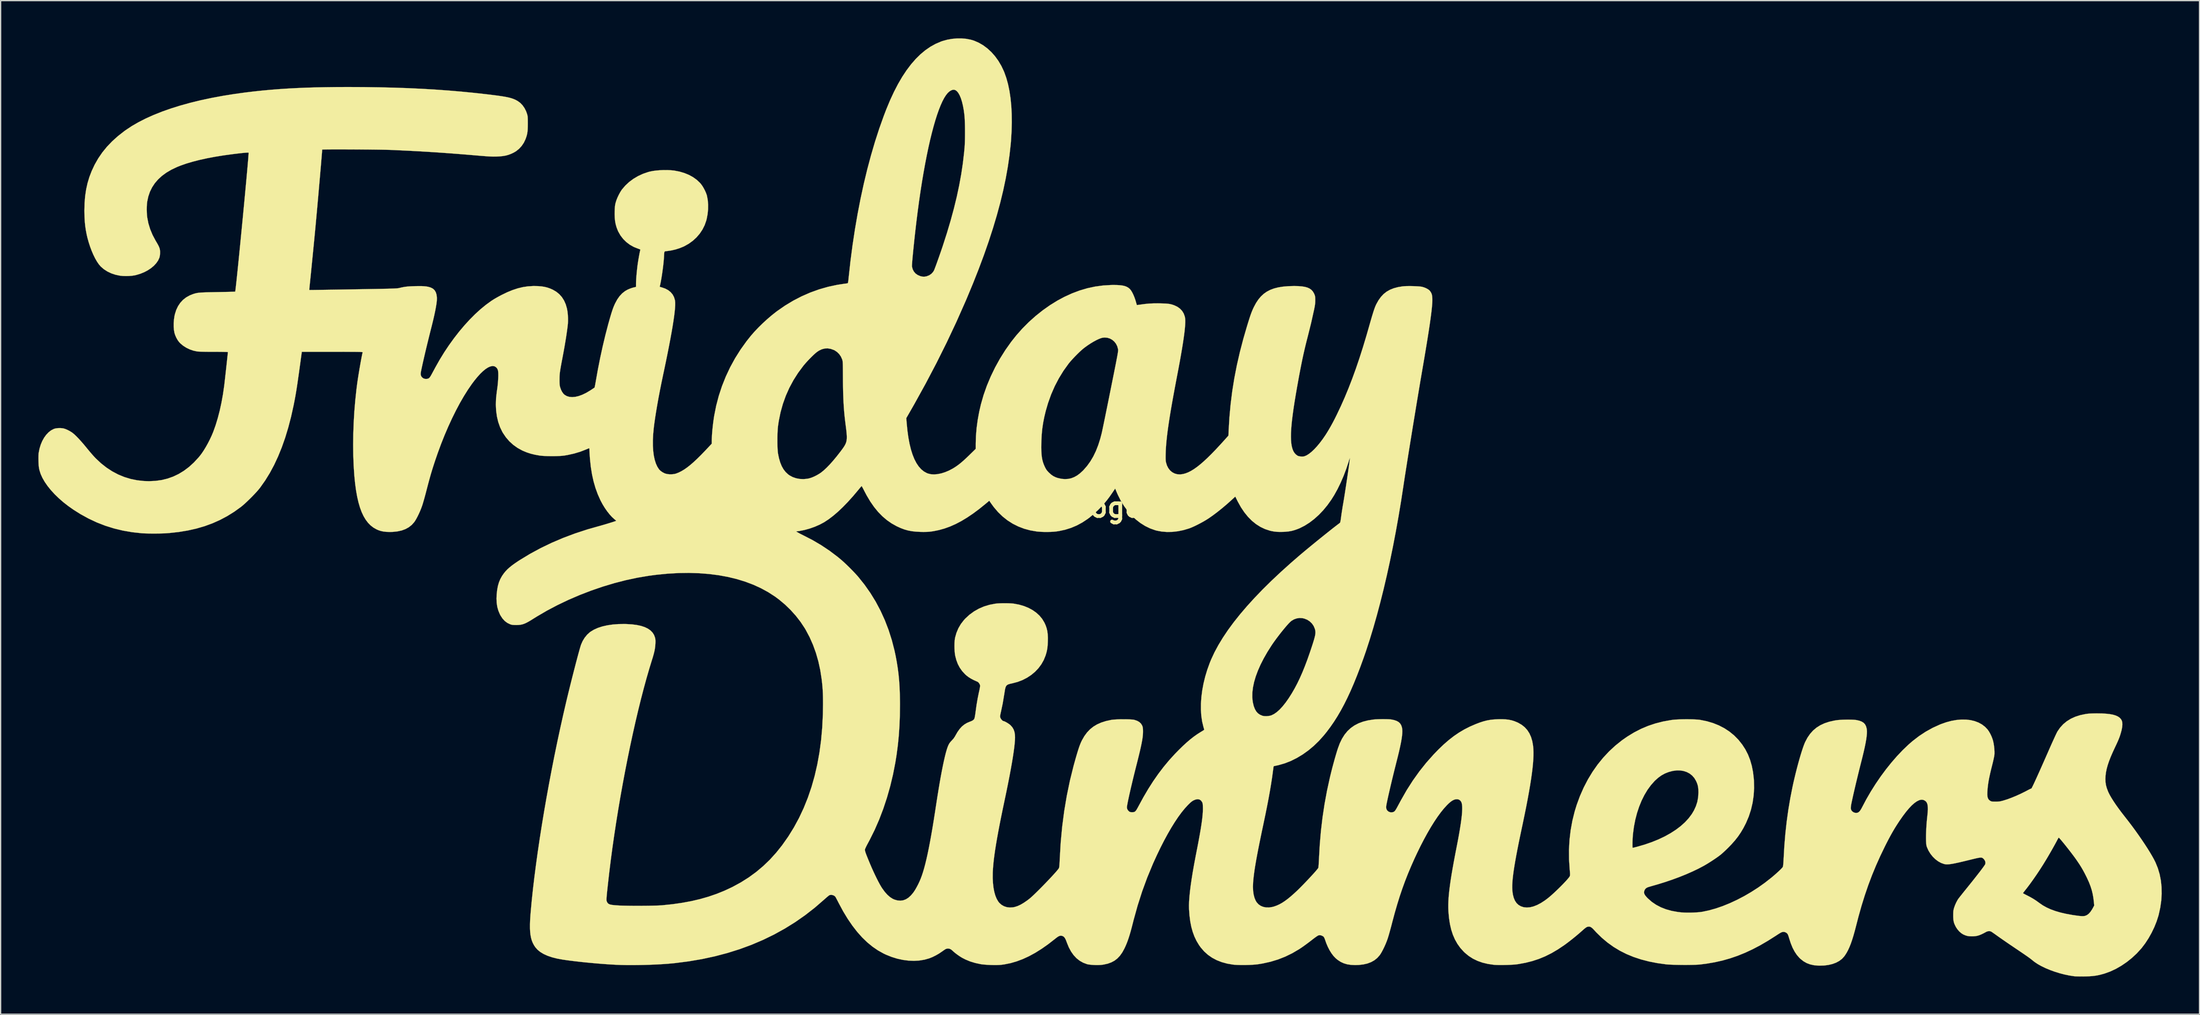
<source format=kicad_pcb>
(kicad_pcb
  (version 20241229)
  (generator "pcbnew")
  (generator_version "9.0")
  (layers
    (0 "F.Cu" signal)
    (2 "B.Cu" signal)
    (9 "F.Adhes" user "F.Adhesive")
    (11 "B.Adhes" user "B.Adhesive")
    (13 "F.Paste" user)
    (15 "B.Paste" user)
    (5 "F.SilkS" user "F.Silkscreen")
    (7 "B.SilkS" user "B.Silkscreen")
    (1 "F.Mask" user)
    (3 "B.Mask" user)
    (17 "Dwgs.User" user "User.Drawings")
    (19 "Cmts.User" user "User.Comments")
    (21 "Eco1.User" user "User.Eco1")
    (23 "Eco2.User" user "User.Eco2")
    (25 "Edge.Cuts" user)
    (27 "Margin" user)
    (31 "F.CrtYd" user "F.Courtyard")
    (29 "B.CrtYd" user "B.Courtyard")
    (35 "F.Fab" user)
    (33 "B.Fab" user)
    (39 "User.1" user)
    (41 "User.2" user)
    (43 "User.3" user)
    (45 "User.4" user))
  (footprint "FDLogo2"
    (layer "F.Cu")
    (at 84.355 37.299)
    (property "Reference" "FDLogo2" (at 0 0 0) (layer "F.SilkS") (effects (font (size 1.524 1.524) (thickness 0.3))))
    (attr through_hole)
    (fp_poly (pts (xy -10.614 -37.263) (xy -10.266 -37.197) (xy -9.999 -37.118) (xy -9.624 -36.956) (xy -9.266 -36.749) (xy -8.928 -36.497) (xy -8.611 -36.205) (xy -8.32 -35.875) (xy -8.055 -35.508) (xy -7.819 -35.108) (xy -7.615 -34.677) (xy -7.582 -34.595) (xy -7.421 -34.142) (xy -7.285 -33.646) (xy -7.174 -33.111) (xy -7.089 -32.538) (xy -7.029 -31.929) (xy -6.995 -31.288) (xy -6.987 -30.616) (xy -7.005 -29.916) (xy -7.049 -29.19) (xy -7.075 -28.88) (xy -7.173 -27.995) (xy -7.304 -27.089) (xy -7.47 -26.161) (xy -7.67 -25.209) (xy -7.906 -24.233) (xy -8.177 -23.232) (xy -8.484 -22.203) (xy -8.827 -21.147) (xy -9.206 -20.062) (xy -9.623 -18.946) (xy -10.076 -17.799) (xy -10.567 -16.619) (xy -10.668 -16.383) (xy -11.392 -14.75) (xy -12.163 -13.112) (xy -12.978 -11.475) (xy -13.835 -9.844) (xy -14.729 -8.224) (xy -14.994 -7.76) (xy -15.373 -7.099) (xy -15.344 -6.718) (xy -15.286 -6.123) (xy -15.211 -5.573) (xy -15.118 -5.07) (xy -15.007 -4.613) (xy -14.878 -4.202) (xy -14.732 -3.838) (xy -14.568 -3.521) (xy -14.387 -3.252) (xy -14.188 -3.029) (xy -13.972 -2.854) (xy -13.739 -2.726) (xy -13.645 -2.69) (xy -13.416 -2.636) (xy -13.161 -2.621) (xy -12.885 -2.644) (xy -12.593 -2.703) (xy -12.292 -2.798) (xy -11.984 -2.927) (xy -11.677 -3.089) (xy -11.485 -3.208) (xy -11.324 -3.319) (xy -11.16 -3.441) (xy -10.989 -3.581) (xy -10.804 -3.742) (xy -10.6 -3.931) (xy -10.37 -4.151) (xy -10.306 -4.214) (xy -9.855 -4.656) (xy -9.855 -4.77) (xy -4.645 -4.77) (xy -4.64 -4.48) (xy -4.625 -4.225) (xy -4.6 -4) (xy -4.563 -3.796) (xy -4.514 -3.607) (xy -4.451 -3.426) (xy -4.373 -3.245) (xy -4.352 -3.202) (xy -4.288 -3.078) (xy -4.225 -2.977) (xy -4.15 -2.884) (xy -4.051 -2.778) (xy -4.029 -2.757) (xy -3.86 -2.604) (xy -3.693 -2.488) (xy -3.512 -2.399) (xy -3.339 -2.338) (xy -3.049 -2.272) (xy -2.761 -2.248) (xy -2.485 -2.267) (xy -2.263 -2.316) (xy -2.026 -2.408) (xy -1.798 -2.535) (xy -1.572 -2.703) (xy -1.342 -2.915) (xy -1.288 -2.97) (xy -1.002 -3.298) (xy -0.744 -3.657) (xy -0.511 -4.051) (xy -0.303 -4.482) (xy -0.119 -4.952) (xy 0.044 -5.465) (xy 0.152 -5.88) (xy 0.17 -5.957) (xy 0.197 -6.081) (xy 0.232 -6.247) (xy 0.275 -6.452) (xy 0.325 -6.693) (xy 0.381 -6.965) (xy 0.443 -7.267) (xy 0.509 -7.593) (xy 0.58 -7.94) (xy 0.654 -8.306) (xy 0.731 -8.685) (xy 0.809 -9.076) (xy 0.866 -9.357) (xy 0.957 -9.812) (xy 1.039 -10.22) (xy 1.112 -10.583) (xy 1.176 -10.905) (xy 1.232 -11.188) (xy 1.281 -11.435) (xy 1.322 -11.648) (xy 1.357 -11.831) (xy 1.386 -11.985) (xy 1.41 -12.115) (xy 1.428 -12.222) (xy 1.442 -12.309) (xy 1.452 -12.379) (xy 1.458 -12.434) (xy 1.462 -12.478) (xy 1.462 -12.513) (xy 1.461 -12.542) (xy 1.458 -12.568) (xy 1.454 -12.59) (xy 1.393 -12.813) (xy 1.293 -13.012) (xy 1.159 -13.184) (xy 0.996 -13.323) (xy 0.811 -13.426) (xy 0.608 -13.489) (xy 0.392 -13.509) (xy 0.238 -13.494) (xy 0.094 -13.456) (xy -0.081 -13.388) (xy -0.28 -13.293) (xy -0.494 -13.177) (xy -0.719 -13.042) (xy -0.946 -12.892) (xy -1.168 -12.733) (xy -1.295 -12.634) (xy -1.436 -12.514) (xy -1.599 -12.365) (xy -1.775 -12.194) (xy -1.955 -12.012) (xy -2.129 -11.828) (xy -2.289 -11.651) (xy -2.425 -11.491) (xy -2.474 -11.429) (xy -2.881 -10.863) (xy -3.248 -10.264) (xy -3.576 -9.636) (xy -3.863 -8.978) (xy -4.108 -8.294) (xy -4.293 -7.658) (xy -4.408 -7.177) (xy -4.498 -6.717) (xy -4.565 -6.263) (xy -4.61 -5.8) (xy -4.636 -5.311) (xy -4.641 -5.104) (xy -4.645 -4.77) (xy -9.855 -4.77) (xy -9.855 -5.08) (xy -9.837 -5.681) (xy -9.785 -6.308) (xy -9.699 -6.95) (xy -9.581 -7.596) (xy -9.444 -8.191) (xy -9.231 -8.935) (xy -8.97 -9.677) (xy -8.663 -10.41) (xy -8.314 -11.131) (xy -7.926 -11.833) (xy -7.501 -12.51) (xy -7.042 -13.159) (xy -6.63 -13.678) (xy -6.15 -14.221) (xy -5.637 -14.736) (xy -5.096 -15.22) (xy -4.533 -15.669) (xy -3.953 -16.079) (xy -3.36 -16.446) (xy -2.813 -16.739) (xy -2.203 -17.018) (xy -1.595 -17.247) (xy -0.985 -17.427) (xy -0.371 -17.559) (xy 0.253 -17.644) (xy 0.889 -17.683) (xy 1.079 -17.686) (xy 1.369 -17.682) (xy 1.614 -17.667) (xy 1.821 -17.64) (xy 1.996 -17.599) (xy 2.143 -17.543) (xy 2.269 -17.471) (xy 2.38 -17.38) (xy 2.407 -17.353) (xy 2.493 -17.244) (xy 2.583 -17.095) (xy 2.672 -16.914) (xy 2.757 -16.711) (xy 2.832 -16.496) (xy 2.858 -16.41) (xy 2.892 -16.291) (xy 2.921 -16.192) (xy 2.942 -16.122) (xy 2.953 -16.09) (xy 2.954 -16.089) (xy 2.979 -16.091) (xy 3.045 -16.1) (xy 3.141 -16.113) (xy 3.258 -16.131) (xy 3.26 -16.131) (xy 3.597 -16.176) (xy 3.926 -16.207) (xy 4.262 -16.223) (xy 4.623 -16.226) (xy 4.842 -16.223) (xy 5.069 -16.216) (xy 5.254 -16.208) (xy 5.408 -16.195) (xy 5.538 -16.178) (xy 5.656 -16.154) (xy 5.769 -16.123) (xy 5.888 -16.082) (xy 5.933 -16.066) (xy 6.176 -15.95) (xy 6.381 -15.802) (xy 6.549 -15.624) (xy 6.675 -15.417) (xy 6.759 -15.185) (xy 6.784 -15.062) (xy 6.798 -14.915) (xy 6.799 -14.726) (xy 6.789 -14.494) (xy 6.766 -14.219) (xy 6.731 -13.9) (xy 6.683 -13.536) (xy 6.623 -13.127) (xy 6.55 -12.671) (xy 6.465 -12.169) (xy 6.367 -11.619) (xy 6.256 -11.022) (xy 6.181 -10.63) (xy 6.052 -9.952) (xy 5.934 -9.321) (xy 5.826 -8.734) (xy 5.729 -8.189) (xy 5.642 -7.683) (xy 5.565 -7.213) (xy 5.497 -6.777) (xy 5.438 -6.373) (xy 5.387 -5.997) (xy 5.345 -5.647) (xy 5.31 -5.32) (xy 5.282 -5.015) (xy 5.261 -4.727) (xy 5.247 -4.455) (xy 5.242 -4.293) (xy 5.237 -4.099) (xy 5.236 -3.948) (xy 5.238 -3.828) (xy 5.244 -3.731) (xy 5.255 -3.648) (xy 5.268 -3.581) (xy 5.341 -3.336) (xy 5.45 -3.121) (xy 5.589 -2.941) (xy 5.755 -2.799) (xy 5.946 -2.696) (xy 6.157 -2.636) (xy 6.384 -2.621) (xy 6.436 -2.625) (xy 6.63 -2.653) (xy 6.83 -2.708) (xy 7.038 -2.79) (xy 7.257 -2.901) (xy 7.487 -3.042) (xy 7.732 -3.215) (xy 7.992 -3.421) (xy 8.269 -3.661) (xy 8.565 -3.937) (xy 8.883 -4.251) (xy 9.223 -4.602) (xy 9.587 -4.994) (xy 9.909 -5.349) (xy 10.229 -5.707) (xy 10.246 -6.111) (xy 10.309 -7.168) (xy 10.404 -8.209) (xy 10.533 -9.24) (xy 10.698 -10.27) (xy 10.899 -11.303) (xy 11.138 -12.348) (xy 11.415 -13.41) (xy 11.682 -14.33) (xy 11.771 -14.623) (xy 11.849 -14.873) (xy 11.917 -15.086) (xy 11.978 -15.269) (xy 12.035 -15.428) (xy 12.089 -15.569) (xy 12.143 -15.698) (xy 12.198 -15.822) (xy 12.254 -15.939) (xy 12.423 -16.254) (xy 12.607 -16.53) (xy 12.808 -16.771) (xy 13.03 -16.978) (xy 13.276 -17.152) (xy 13.549 -17.295) (xy 13.853 -17.409) (xy 14.19 -17.495) (xy 14.563 -17.554) (xy 14.976 -17.59) (xy 15.432 -17.602) (xy 15.468 -17.602) (xy 15.793 -17.595) (xy 16.072 -17.573) (xy 16.311 -17.535) (xy 16.512 -17.478) (xy 16.68 -17.401) (xy 16.818 -17.302) (xy 16.931 -17.18) (xy 17.022 -17.033) (xy 17.073 -16.92) (xy 17.099 -16.847) (xy 17.116 -16.774) (xy 17.125 -16.687) (xy 17.129 -16.572) (xy 17.13 -16.472) (xy 17.128 -16.342) (xy 17.121 -16.224) (xy 17.107 -16.103) (xy 17.085 -15.966) (xy 17.053 -15.8) (xy 17.037 -15.723) (xy 16.803 -14.669) (xy 16.55 -13.652) (xy 16.45 -13.264) (xy 16.357 -12.89) (xy 16.27 -12.522) (xy 16.186 -12.153) (xy 16.104 -11.773) (xy 16.023 -11.374) (xy 15.939 -10.948) (xy 15.851 -10.486) (xy 15.787 -10.135) (xy 15.672 -9.495) (xy 15.57 -8.902) (xy 15.48 -8.354) (xy 15.403 -7.85) (xy 15.339 -7.386) (xy 15.286 -6.962) (xy 15.246 -6.575) (xy 15.218 -6.224) (xy 15.201 -5.905) (xy 15.197 -5.618) (xy 15.204 -5.361) (xy 15.222 -5.13) (xy 15.251 -4.925) (xy 15.292 -4.743) (xy 15.344 -4.583) (xy 15.403 -4.449) (xy 15.489 -4.317) (xy 15.6 -4.199) (xy 15.72 -4.111) (xy 15.744 -4.099) (xy 15.843 -4.067) (xy 15.971 -4.048) (xy 16.105 -4.042) (xy 16.225 -4.053) (xy 16.273 -4.064) (xy 16.447 -4.139) (xy 16.636 -4.259) (xy 16.838 -4.42) (xy 17.05 -4.62) (xy 17.268 -4.855) (xy 17.49 -5.122) (xy 17.714 -5.419) (xy 17.936 -5.742) (xy 18.064 -5.944) (xy 18.221 -6.203) (xy 18.374 -6.47) (xy 18.529 -6.754) (xy 18.691 -7.066) (xy 18.846 -7.379) (xy 19.164 -8.049) (xy 19.473 -8.746) (xy 19.774 -9.473) (xy 20.068 -10.232) (xy 20.357 -11.028) (xy 20.641 -11.863) (xy 20.921 -12.74) (xy 21.199 -13.663) (xy 21.389 -14.326) (xy 21.485 -14.662) (xy 21.569 -14.953) (xy 21.642 -15.203) (xy 21.708 -15.417) (xy 21.765 -15.6) (xy 21.817 -15.754) (xy 21.864 -15.885) (xy 21.908 -15.997) (xy 21.951 -16.093) (xy 21.984 -16.163) (xy 22.158 -16.473) (xy 22.35 -16.739) (xy 22.563 -16.966) (xy 22.801 -17.154) (xy 23.068 -17.306) (xy 23.368 -17.426) (xy 23.704 -17.516) (xy 24.081 -17.578) (xy 24.085 -17.578) (xy 24.215 -17.589) (xy 24.378 -17.596) (xy 24.565 -17.599) (xy 24.765 -17.598) (xy 24.967 -17.593) (xy 25.163 -17.585) (xy 25.34 -17.575) (xy 25.489 -17.561) (xy 25.6 -17.545) (xy 25.616 -17.541) (xy 25.78 -17.494) (xy 25.939 -17.428) (xy 26.08 -17.352) (xy 26.19 -17.271) (xy 26.237 -17.223) (xy 26.313 -17.118) (xy 26.366 -17.016) (xy 26.402 -16.906) (xy 26.424 -16.773) (xy 26.435 -16.606) (xy 26.437 -16.56) (xy 26.437 -16.422) (xy 26.43 -16.254) (xy 26.415 -16.055) (xy 26.393 -15.822) (xy 26.364 -15.555) (xy 26.326 -15.252) (xy 26.28 -14.912) (xy 26.226 -14.533) (xy 26.163 -14.114) (xy 26.091 -13.654) (xy 26.01 -13.151) (xy 25.92 -12.603) (xy 25.821 -12.01) (xy 25.712 -11.37) (xy 25.6 -10.719) (xy 25.547 -10.408) (xy 25.487 -10.059) (xy 25.423 -9.676) (xy 25.354 -9.263) (xy 25.281 -8.825) (xy 25.204 -8.366) (xy 25.126 -7.89) (xy 25.046 -7.401) (xy 24.964 -6.904) (xy 24.882 -6.404) (xy 24.801 -5.903) (xy 24.721 -5.408) (xy 24.642 -4.922) (xy 24.566 -4.448) (xy 24.493 -3.993) (xy 24.424 -3.559) (xy 24.36 -3.152) (xy 24.301 -2.776) (xy 24.247 -2.434) (xy 24.201 -2.131) (xy 24.161 -1.872) (xy 24.144 -1.753) (xy 23.953 -0.51) (xy 23.749 0.716) (xy 23.533 1.923) (xy 23.307 3.106) (xy 23.069 4.264) (xy 22.822 5.393) (xy 22.566 6.491) (xy 22.3 7.555) (xy 22.027 8.581) (xy 21.747 9.568) (xy 21.46 10.511) (xy 21.168 11.409) (xy 20.976 11.963) (xy 20.712 12.689) (xy 20.452 13.367) (xy 20.195 14.002) (xy 19.939 14.595) (xy 19.682 15.149) (xy 19.423 15.669) (xy 19.16 16.157) (xy 18.892 16.617) (xy 18.617 17.05) (xy 18.333 17.461) (xy 18.039 17.853) (xy 17.814 18.131) (xy 17.425 18.567) (xy 17.013 18.966) (xy 16.581 19.327) (xy 16.131 19.649) (xy 15.668 19.928) (xy 15.195 20.164) (xy 14.714 20.353) (xy 14.228 20.494) (xy 14.097 20.524) (xy 13.988 20.547) (xy 13.899 20.567) (xy 13.841 20.581) (xy 13.824 20.586) (xy 13.819 20.611) (xy 13.808 20.68) (xy 13.794 20.783) (xy 13.776 20.913) (xy 13.756 21.063) (xy 13.754 21.084) (xy 13.69 21.545) (xy 13.613 22.041) (xy 13.523 22.574) (xy 13.42 23.146) (xy 13.302 23.759) (xy 13.17 24.416) (xy 13.023 25.118) (xy 13.015 25.159) (xy 12.894 25.728) (xy 12.786 26.251) (xy 12.688 26.73) (xy 12.6 27.17) (xy 12.523 27.573) (xy 12.454 27.942) (xy 12.395 28.281) (xy 12.343 28.592) (xy 12.299 28.878) (xy 12.263 29.144) (xy 12.233 29.391) (xy 12.208 29.623) (xy 12.192 29.818) (xy 12.178 30.168) (xy 12.192 30.492) (xy 12.233 30.787) (xy 12.3 31.049) (xy 12.394 31.272) (xy 12.476 31.408) (xy 12.62 31.567) (xy 12.795 31.688) (xy 12.997 31.771) (xy 13.221 31.814) (xy 13.463 31.817) (xy 13.718 31.778) (xy 13.868 31.737) (xy 14.077 31.661) (xy 14.284 31.566) (xy 14.493 31.45) (xy 14.711 31.307) (xy 14.942 31.136) (xy 15.191 30.932) (xy 15.463 30.691) (xy 15.573 30.59) (xy 15.701 30.47) (xy 15.846 30.329) (xy 16.002 30.172) (xy 16.167 30.004) (xy 16.336 29.829) (xy 16.505 29.652) (xy 16.67 29.476) (xy 16.827 29.306) (xy 16.973 29.147) (xy 17.102 29.003) (xy 17.21 28.877) (xy 17.295 28.775) (xy 17.351 28.701) (xy 17.374 28.663) (xy 17.382 28.621) (xy 17.39 28.536) (xy 17.4 28.415) (xy 17.409 28.267) (xy 17.418 28.1) (xy 17.424 27.972) (xy 17.488 26.835) (xy 17.582 25.731) (xy 17.709 24.652) (xy 17.869 23.591) (xy 18.063 22.538) (xy 18.293 21.487) (xy 18.391 21.082) (xy 18.48 20.729) (xy 18.576 20.371) (xy 18.673 20.018) (xy 18.77 19.682) (xy 18.862 19.376) (xy 18.926 19.177) (xy 19.078 18.767) (xy 19.255 18.401) (xy 19.458 18.077) (xy 19.689 17.794) (xy 19.95 17.55) (xy 20.242 17.344) (xy 20.568 17.174) (xy 20.928 17.04) (xy 21.326 16.939) (xy 21.762 16.871) (xy 21.799 16.867) (xy 21.928 16.857) (xy 22.089 16.849) (xy 22.271 16.844) (xy 22.463 16.841) (xy 22.655 16.842) (xy 22.834 16.845) (xy 22.991 16.851) (xy 23.114 16.86) (xy 23.165 16.866) (xy 23.406 16.916) (xy 23.603 16.985) (xy 23.76 17.075) (xy 23.879 17.19) (xy 23.965 17.331) (xy 24.021 17.503) (xy 24.025 17.521) (xy 24.044 17.652) (xy 24.051 17.807) (xy 24.044 17.988) (xy 24.024 18.198) (xy 23.989 18.44) (xy 23.94 18.717) (xy 23.875 19.031) (xy 23.796 19.386) (xy 23.7 19.783) (xy 23.616 20.116) (xy 23.52 20.5) (xy 23.423 20.885) (xy 23.329 21.268) (xy 23.238 21.643) (xy 23.152 22.005) (xy 23.071 22.349) (xy 22.997 22.671) (xy 22.93 22.965) (xy 22.873 23.226) (xy 22.826 23.449) (xy 22.79 23.63) (xy 22.781 23.675) (xy 22.764 23.832) (xy 22.777 23.958) (xy 22.822 24.062) (xy 22.863 24.116) (xy 22.972 24.205) (xy 23.105 24.249) (xy 23.234 24.25) (xy 23.321 24.233) (xy 23.393 24.198) (xy 23.459 24.139) (xy 23.526 24.047) (xy 23.602 23.917) (xy 23.612 23.899) (xy 23.672 23.789) (xy 23.747 23.649) (xy 23.83 23.496) (xy 23.912 23.344) (xy 23.94 23.292) (xy 24.399 22.486) (xy 24.887 21.722) (xy 25.405 20.996) (xy 25.955 20.305) (xy 26.539 19.648) (xy 26.922 19.252) (xy 27.338 18.854) (xy 27.746 18.5) (xy 28.151 18.185) (xy 28.561 17.906) (xy 28.982 17.657) (xy 29.421 17.434) (xy 29.883 17.234) (xy 30.201 17.113) (xy 30.49 17.019) (xy 30.764 16.948) (xy 31.037 16.898) (xy 31.32 16.866) (xy 31.628 16.849) (xy 31.649 16.848) (xy 31.971 16.845) (xy 32.254 16.857) (xy 32.506 16.886) (xy 32.739 16.934) (xy 32.961 17.003) (xy 33.181 17.094) (xy 33.266 17.134) (xy 33.542 17.295) (xy 33.781 17.487) (xy 33.983 17.712) (xy 34.15 17.971) (xy 34.282 18.265) (xy 34.38 18.594) (xy 34.443 18.961) (xy 34.465 19.208) (xy 34.475 19.462) (xy 34.473 19.743) (xy 34.459 20.055) (xy 34.433 20.398) (xy 34.395 20.774) (xy 34.344 21.185) (xy 34.281 21.632) (xy 34.204 22.117) (xy 34.114 22.641) (xy 34.011 23.207) (xy 33.894 23.816) (xy 33.762 24.469) (xy 33.617 25.169) (xy 33.542 25.521) (xy 33.413 26.134) (xy 33.296 26.701) (xy 33.193 27.222) (xy 33.102 27.701) (xy 33.023 28.139) (xy 32.956 28.538) (xy 32.9 28.901) (xy 32.856 29.23) (xy 32.822 29.526) (xy 32.8 29.792) (xy 32.787 30.03) (xy 32.785 30.242) (xy 32.792 30.43) (xy 32.795 30.466) (xy 32.835 30.779) (xy 32.905 31.049) (xy 33.002 31.279) (xy 33.129 31.467) (xy 33.286 31.616) (xy 33.473 31.725) (xy 33.689 31.795) (xy 33.701 31.798) (xy 33.943 31.823) (xy 34.202 31.802) (xy 34.476 31.735) (xy 34.764 31.622) (xy 35.065 31.464) (xy 35.377 31.262) (xy 35.623 31.077) (xy 35.767 30.958) (xy 35.924 30.821) (xy 36.092 30.669) (xy 36.266 30.506) (xy 36.441 30.338) (xy 36.614 30.168) (xy 36.778 30.002) (xy 36.931 29.842) (xy 37.068 29.695) (xy 37.184 29.564) (xy 37.276 29.454) (xy 37.337 29.369) (xy 37.365 29.317) (xy 37.376 29.266) (xy 37.38 29.2) (xy 37.379 29.111) (xy 37.371 28.989) (xy 37.356 28.826) (xy 37.354 28.801) (xy 37.301 28.012) (xy 37.296 27.225) (xy 37.32 26.78) (xy 42.342 26.78) (xy 42.343 26.904) (xy 42.346 27) (xy 42.353 27.06) (xy 42.361 27.076) (xy 42.391 27.07) (xy 42.461 27.053) (xy 42.561 27.028) (xy 42.682 26.996) (xy 42.723 26.986) (xy 43.319 26.813) (xy 43.885 26.617) (xy 44.417 26.401) (xy 44.914 26.164) (xy 45.374 25.908) (xy 45.796 25.635) (xy 46.177 25.346) (xy 46.515 25.041) (xy 46.809 24.722) (xy 47.057 24.391) (xy 47.228 24.104) (xy 47.385 23.761) (xy 47.496 23.417) (xy 47.561 23.061) (xy 47.584 22.685) (xy 47.584 22.657) (xy 47.578 22.438) (xy 47.559 22.253) (xy 47.525 22.088) (xy 47.471 21.926) (xy 47.396 21.755) (xy 47.258 21.523) (xy 47.087 21.327) (xy 46.885 21.167) (xy 46.656 21.046) (xy 46.403 20.963) (xy 46.129 20.921) (xy 45.838 20.92) (xy 45.532 20.961) (xy 45.216 21.046) (xy 45.213 21.046) (xy 44.918 21.164) (xy 44.643 21.315) (xy 44.38 21.506) (xy 44.121 21.74) (xy 44.098 21.764) (xy 43.806 22.093) (xy 43.535 22.464) (xy 43.289 22.875) (xy 43.067 23.321) (xy 42.872 23.8) (xy 42.704 24.306) (xy 42.566 24.837) (xy 42.459 25.389) (xy 42.384 25.958) (xy 42.379 26.007) (xy 42.367 26.155) (xy 42.357 26.315) (xy 42.349 26.477) (xy 42.344 26.635) (xy 42.342 26.78) (xy 37.32 26.78) (xy 37.339 26.445) (xy 37.429 25.674) (xy 37.567 24.915) (xy 37.751 24.172) (xy 37.909 23.66) (xy 38.168 22.955) (xy 38.465 22.281) (xy 38.799 21.638) (xy 39.168 21.028) (xy 39.572 20.452) (xy 40.01 19.912) (xy 40.481 19.408) (xy 40.983 18.943) (xy 41.517 18.516) (xy 41.935 18.225) (xy 42.473 17.897) (xy 43.02 17.615) (xy 43.581 17.378) (xy 44.161 17.184) (xy 44.764 17.03) (xy 45.397 16.916) (xy 45.517 16.899) (xy 45.684 16.882) (xy 45.888 16.868) (xy 46.119 16.858) (xy 46.368 16.852) (xy 46.625 16.849) (xy 46.881 16.851) (xy 47.126 16.856) (xy 47.351 16.866) (xy 47.546 16.879) (xy 47.702 16.896) (xy 47.727 16.9) (xy 48.25 17.006) (xy 48.744 17.152) (xy 49.208 17.338) (xy 49.642 17.563) (xy 50.044 17.827) (xy 50.414 18.129) (xy 50.75 18.469) (xy 50.777 18.5) (xy 51.066 18.864) (xy 51.315 19.249) (xy 51.524 19.658) (xy 51.694 20.092) (xy 51.827 20.556) (xy 51.924 21.051) (xy 51.985 21.58) (xy 51.996 21.732) (xy 52.009 22.326) (xy 51.973 22.911) (xy 51.891 23.484) (xy 51.761 24.043) (xy 51.585 24.584) (xy 51.363 25.106) (xy 51.349 25.133) (xy 51.156 25.508) (xy 50.953 25.85) (xy 50.734 26.172) (xy 50.489 26.484) (xy 50.212 26.797) (xy 49.988 27.028) (xy 49.854 27.161) (xy 49.717 27.293) (xy 49.585 27.416) (xy 49.469 27.521) (xy 49.376 27.601) (xy 49.352 27.621) (xy 49.191 27.743) (xy 48.996 27.882) (xy 48.779 28.029) (xy 48.551 28.178) (xy 48.325 28.32) (xy 48.11 28.448) (xy 47.993 28.515) (xy 47.568 28.739) (xy 47.1 28.962) (xy 46.597 29.183) (xy 46.065 29.397) (xy 45.513 29.601) (xy 44.949 29.793) (xy 44.379 29.97) (xy 44.147 30.037) (xy 43.988 30.082) (xy 43.84 30.125) (xy 43.711 30.163) (xy 43.612 30.194) (xy 43.55 30.213) (xy 43.546 30.215) (xy 43.418 30.286) (xy 43.327 30.392) (xy 43.279 30.509) (xy 43.263 30.604) (xy 43.273 30.695) (xy 43.31 30.788) (xy 43.38 30.892) (xy 43.485 31.013) (xy 43.571 31.101) (xy 43.879 31.372) (xy 44.223 31.606) (xy 44.601 31.804) (xy 45.014 31.965) (xy 45.462 32.089) (xy 45.945 32.176) (xy 46.234 32.209) (xy 46.447 32.223) (xy 46.689 32.229) (xy 46.948 32.229) (xy 47.211 32.221) (xy 47.463 32.207) (xy 47.692 32.187) (xy 47.884 32.161) (xy 47.895 32.16) (xy 48.419 32.049) (xy 48.963 31.897) (xy 49.52 31.705) (xy 50.085 31.475) (xy 50.654 31.21) (xy 51.222 30.914) (xy 51.782 30.587) (xy 52.331 30.234) (xy 52.863 29.855) (xy 53.373 29.455) (xy 53.448 29.393) (xy 53.627 29.24) (xy 53.794 29.093) (xy 53.944 28.956) (xy 54.074 28.834) (xy 54.178 28.729) (xy 54.252 28.647) (xy 54.292 28.592) (xy 54.295 28.586) (xy 54.309 28.526) (xy 54.323 28.419) (xy 54.336 28.265) (xy 54.348 28.069) (xy 54.356 27.923) (xy 54.414 26.91) (xy 54.495 25.932) (xy 54.6 24.98) (xy 54.73 24.045) (xy 54.887 23.116) (xy 55.055 22.263) (xy 55.135 21.893) (xy 55.222 21.518) (xy 55.313 21.142) (xy 55.407 20.77) (xy 55.503 20.408) (xy 55.599 20.062) (xy 55.694 19.736) (xy 55.786 19.436) (xy 55.874 19.166) (xy 55.956 18.933) (xy 56.031 18.742) (xy 56.071 18.653) (xy 56.252 18.311) (xy 56.461 18.009) (xy 56.698 17.745) (xy 56.966 17.518) (xy 57.268 17.327) (xy 57.603 17.171) (xy 57.976 17.047) (xy 58.386 16.955) (xy 58.565 16.926) (xy 58.716 16.909) (xy 58.899 16.896) (xy 59.103 16.886) (xy 59.317 16.881) (xy 59.53 16.88) (xy 59.733 16.883) (xy 59.914 16.89) (xy 60.062 16.902) (xy 60.147 16.913) (xy 60.379 16.967) (xy 60.566 17.039) (xy 60.713 17.132) (xy 60.823 17.25) (xy 60.902 17.398) (xy 60.953 17.578) (xy 60.966 17.651) (xy 60.978 17.799) (xy 60.974 17.979) (xy 60.955 18.195) (xy 60.921 18.447) (xy 60.87 18.738) (xy 60.803 19.069) (xy 60.719 19.443) (xy 60.618 19.861) (xy 60.554 20.117) (xy 60.462 20.479) (xy 60.37 20.846) (xy 60.28 21.213) (xy 60.192 21.575) (xy 60.107 21.927) (xy 60.028 22.264) (xy 59.954 22.582) (xy 59.887 22.875) (xy 59.829 23.139) (xy 59.779 23.369) (xy 59.74 23.559) (xy 59.713 23.705) (xy 59.712 23.711) (xy 59.699 23.822) (xy 59.695 23.926) (xy 59.701 23.988) (xy 59.746 24.1) (xy 59.829 24.193) (xy 59.939 24.261) (xy 60.065 24.296) (xy 60.189 24.293) (xy 60.277 24.263) (xy 60.359 24.203) (xy 60.44 24.11) (xy 60.525 23.976) (xy 60.596 23.842) (xy 60.926 23.217) (xy 61.284 22.599) (xy 61.666 21.993) (xy 62.069 21.403) (xy 62.489 20.836) (xy 62.922 20.295) (xy 63.364 19.786) (xy 63.811 19.314) (xy 64.26 18.883) (xy 64.594 18.592) (xy 65.111 18.193) (xy 65.648 17.839) (xy 66.204 17.531) (xy 66.777 17.27) (xy 66.858 17.237) (xy 67.281 17.088) (xy 67.694 16.978) (xy 68.097 16.907) (xy 68.486 16.873) (xy 68.857 16.877) (xy 69.209 16.918) (xy 69.538 16.997) (xy 69.842 17.112) (xy 70.118 17.263) (xy 70.363 17.451) (xy 70.562 17.66) (xy 70.671 17.814) (xy 70.779 18.002) (xy 70.877 18.208) (xy 70.957 18.416) (xy 71.003 18.568) (xy 71.045 18.762) (xy 71.079 18.98) (xy 71.103 19.203) (xy 71.115 19.415) (xy 71.115 19.598) (xy 71.114 19.619) (xy 71.101 19.729) (xy 71.073 19.884) (xy 71.031 20.082) (xy 70.975 20.321) (xy 70.931 20.497) (xy 70.845 20.84) (xy 70.774 21.142) (xy 70.715 21.411) (xy 70.666 21.654) (xy 70.627 21.879) (xy 70.597 22.093) (xy 70.573 22.303) (xy 70.555 22.519) (xy 70.548 22.631) (xy 70.543 22.839) (xy 70.558 23.005) (xy 70.595 23.136) (xy 70.657 23.238) (xy 70.744 23.317) (xy 70.798 23.35) (xy 70.85 23.374) (xy 70.903 23.39) (xy 70.969 23.399) (xy 71.061 23.403) (xy 71.19 23.404) (xy 71.209 23.403) (xy 71.348 23.401) (xy 71.46 23.393) (xy 71.564 23.378) (xy 71.678 23.352) (xy 71.821 23.314) (xy 71.835 23.31) (xy 72.142 23.213) (xy 72.479 23.088) (xy 72.835 22.941) (xy 73.199 22.776) (xy 73.561 22.597) (xy 73.738 22.503) (xy 73.847 22.446) (xy 73.94 22.4) (xy 74.009 22.369) (xy 74.044 22.359) (xy 74.045 22.359) (xy 74.063 22.337) (xy 74.099 22.27) (xy 74.154 22.16) (xy 74.228 22.007) (xy 74.318 21.813) (xy 74.426 21.579) (xy 74.549 21.307) (xy 74.688 20.999) (xy 74.841 20.655) (xy 75.008 20.278) (xy 75.189 19.868) (xy 75.383 19.427) (xy 75.451 19.271) (xy 75.559 19.027) (xy 75.664 18.79) (xy 75.765 18.568) (xy 75.858 18.363) (xy 75.941 18.183) (xy 76.012 18.032) (xy 76.069 17.915) (xy 76.109 17.838) (xy 76.118 17.821) (xy 76.331 17.514) (xy 76.579 17.243) (xy 76.863 17.008) (xy 77.182 16.81) (xy 77.536 16.649) (xy 77.925 16.524) (xy 78.35 16.435) (xy 78.536 16.409) (xy 78.63 16.401) (xy 78.762 16.394) (xy 78.921 16.388) (xy 79.095 16.384) (xy 79.27 16.383) (xy 79.28 16.383) (xy 79.663 16.389) (xy 80 16.409) (xy 80.291 16.442) (xy 80.541 16.489) (xy 80.751 16.552) (xy 80.923 16.63) (xy 81.06 16.725) (xy 81.164 16.836) (xy 81.232 16.952) (xy 81.27 17.086) (xy 81.281 17.257) (xy 81.265 17.46) (xy 81.223 17.687) (xy 81.206 17.759) (xy 81.156 17.941) (xy 81.106 18.108) (xy 81.05 18.271) (xy 80.984 18.44) (xy 80.906 18.624) (xy 80.811 18.832) (xy 80.696 19.075) (xy 80.508 19.481) (xy 80.348 19.851) (xy 80.217 20.189) (xy 80.112 20.502) (xy 80.032 20.793) (xy 79.976 21.067) (xy 79.943 21.329) (xy 79.93 21.583) (xy 79.93 21.595) (xy 79.94 21.849) (xy 79.976 22.091) (xy 80.043 22.334) (xy 80.142 22.594) (xy 80.187 22.695) (xy 80.286 22.889) (xy 80.417 23.115) (xy 80.577 23.369) (xy 80.763 23.646) (xy 80.973 23.941) (xy 81.203 24.25) (xy 81.451 24.569) (xy 81.485 24.613) (xy 81.76 24.965) (xy 82.034 25.326) (xy 82.303 25.692) (xy 82.564 26.059) (xy 82.814 26.42) (xy 83.05 26.772) (xy 83.269 27.109) (xy 83.467 27.428) (xy 83.641 27.723) (xy 83.789 27.989) (xy 83.906 28.222) (xy 83.911 28.232) (xy 84.097 28.69) (xy 84.24 29.171) (xy 84.339 29.673) (xy 84.393 30.191) (xy 84.404 30.724) (xy 84.37 31.269) (xy 84.292 31.821) (xy 84.169 32.38) (xy 84.14 32.49) (xy 83.998 32.932) (xy 83.817 33.383) (xy 83.602 33.83) (xy 83.359 34.264) (xy 83.094 34.671) (xy 82.813 35.042) (xy 82.772 35.09) (xy 82.421 35.473) (xy 82.039 35.829) (xy 81.633 36.154) (xy 81.208 36.444) (xy 80.77 36.696) (xy 80.325 36.905) (xy 79.877 37.068) (xy 79.781 37.097) (xy 79.55 37.159) (xy 79.335 37.209) (xy 79.127 37.245) (xy 78.911 37.271) (xy 78.676 37.289) (xy 78.41 37.298) (xy 78.245 37.301) (xy 78.061 37.303) (xy 77.882 37.302) (xy 77.719 37.299) (xy 77.581 37.295) (xy 77.479 37.289) (xy 77.445 37.286) (xy 77.065 37.228) (xy 76.677 37.147) (xy 76.286 37.045) (xy 75.901 36.925) (xy 75.528 36.79) (xy 75.174 36.642) (xy 74.846 36.484) (xy 74.552 36.319) (xy 74.297 36.149) (xy 74.181 36.057) (xy 74.108 35.998) (xy 74.035 35.939) (xy 73.955 35.877) (xy 73.865 35.811) (xy 73.76 35.735) (xy 73.636 35.649) (xy 73.489 35.547) (xy 73.313 35.427) (xy 73.105 35.286) (xy 72.861 35.121) (xy 72.795 35.077) (xy 72.577 34.929) (xy 72.353 34.778) (xy 72.132 34.627) (xy 71.921 34.481) (xy 71.727 34.347) (xy 71.558 34.229) (xy 71.42 34.132) (xy 71.38 34.103) (xy 71.242 34.004) (xy 71.114 33.913) (xy 71.003 33.836) (xy 70.915 33.776) (xy 70.859 33.74) (xy 70.847 33.732) (xy 70.735 33.698) (xy 70.608 33.703) (xy 70.484 33.744) (xy 70.472 33.75) (xy 70.258 33.865) (xy 70.076 33.954) (xy 69.915 34.02) (xy 69.767 34.066) (xy 69.621 34.094) (xy 69.467 34.109) (xy 69.317 34.112) (xy 69.125 34.106) (xy 68.963 34.083) (xy 68.812 34.039) (xy 68.653 33.971) (xy 68.618 33.954) (xy 68.463 33.854) (xy 68.309 33.717) (xy 68.168 33.553) (xy 68.05 33.376) (xy 68.03 33.337) (xy 67.955 33.184) (xy 67.901 33.047) (xy 67.866 32.91) (xy 67.845 32.761) (xy 67.835 32.586) (xy 67.834 32.436) (xy 67.836 32.28) (xy 67.841 32.162) (xy 67.851 32.066) (xy 67.867 31.979) (xy 67.891 31.886) (xy 67.903 31.844) (xy 67.979 31.63) (xy 68.077 31.412) (xy 68.184 31.214) (xy 68.221 31.157) (xy 68.252 31.113) (xy 68.312 31.036) (xy 68.395 30.929) (xy 68.498 30.8) (xy 68.593 30.68) (xy 73.381 30.68) (xy 73.402 30.697) (xy 73.461 30.731) (xy 73.548 30.778) (xy 73.656 30.834) (xy 73.679 30.845) (xy 73.955 30.988) (xy 74.2 31.129) (xy 74.43 31.278) (xy 74.662 31.446) (xy 74.688 31.465) (xy 74.959 31.652) (xy 75.259 31.819) (xy 75.59 31.969) (xy 75.956 32.102) (xy 76.361 32.22) (xy 76.806 32.323) (xy 77.295 32.412) (xy 77.699 32.471) (xy 77.892 32.494) (xy 78.045 32.506) (xy 78.166 32.507) (xy 78.265 32.496) (xy 78.32 32.484) (xy 78.466 32.422) (xy 78.603 32.32) (xy 78.736 32.173) (xy 78.866 31.98) (xy 78.939 31.852) (xy 79.04 31.661) (xy 79.018 31.42) (xy 78.977 31.071) (xy 78.921 30.748) (xy 78.846 30.439) (xy 78.748 30.132) (xy 78.625 29.815) (xy 78.472 29.478) (xy 78.409 29.35) (xy 78.274 29.083) (xy 78.144 28.843) (xy 78.012 28.616) (xy 77.868 28.386) (xy 77.703 28.141) (xy 77.604 27.997) (xy 77.513 27.87) (xy 77.406 27.724) (xy 77.286 27.565) (xy 77.157 27.396) (xy 77.024 27.224) (xy 76.889 27.052) (xy 76.757 26.885) (xy 76.631 26.729) (xy 76.515 26.588) (xy 76.413 26.466) (xy 76.329 26.369) (xy 76.267 26.301) (xy 76.23 26.267) (xy 76.223 26.264) (xy 76.201 26.285) (xy 76.166 26.34) (xy 76.123 26.418) (xy 76.121 26.422) (xy 76.055 26.549) (xy 75.967 26.712) (xy 75.863 26.901) (xy 75.746 27.11) (xy 75.622 27.329) (xy 75.494 27.551) (xy 75.368 27.767) (xy 75.249 27.969) (xy 75.228 28.003) (xy 74.984 28.402) (xy 74.728 28.803) (xy 74.465 29.199) (xy 74.201 29.58) (xy 73.944 29.939) (xy 73.697 30.267) (xy 73.542 30.463) (xy 73.474 30.549) (xy 73.42 30.62) (xy 73.387 30.666) (xy 73.381 30.68) (xy 68.593 30.68) (xy 68.615 30.652) (xy 68.744 30.491) (xy 68.855 30.355) (xy 69.104 30.045) (xy 69.337 29.755) (xy 69.55 29.486) (xy 69.743 29.24) (xy 69.914 29.02) (xy 70.061 28.828) (xy 70.182 28.665) (xy 70.276 28.535) (xy 70.342 28.438) (xy 70.377 28.378) (xy 70.381 28.367) (xy 70.396 28.242) (xy 70.364 28.114) (xy 70.288 27.994) (xy 70.259 27.962) (xy 70.215 27.92) (xy 70.173 27.888) (xy 70.128 27.865) (xy 70.073 27.852) (xy 70.004 27.85) (xy 69.915 27.859) (xy 69.8 27.879) (xy 69.654 27.91) (xy 69.471 27.953) (xy 69.246 28.008) (xy 69.177 28.025) (xy 68.826 28.111) (xy 68.521 28.184) (xy 68.256 28.245) (xy 68.028 28.294) (xy 67.834 28.333) (xy 67.668 28.361) (xy 67.527 28.379) (xy 67.408 28.388) (xy 67.305 28.389) (xy 67.216 28.382) (xy 67.136 28.368) (xy 67.11 28.362) (xy 66.868 28.275) (xy 66.632 28.144) (xy 66.408 27.974) (xy 66.202 27.771) (xy 66.02 27.542) (xy 65.867 27.292) (xy 65.749 27.028) (xy 65.718 26.937) (xy 65.698 26.837) (xy 65.684 26.693) (xy 65.675 26.51) (xy 65.672 26.296) (xy 65.674 26.056) (xy 65.682 25.796) (xy 65.694 25.523) (xy 65.712 25.242) (xy 65.734 24.96) (xy 65.761 24.683) (xy 65.776 24.549) (xy 65.805 24.265) (xy 65.819 24.026) (xy 65.816 23.827) (xy 65.797 23.665) (xy 65.759 23.534) (xy 65.703 23.431) (xy 65.626 23.352) (xy 65.529 23.293) (xy 65.501 23.28) (xy 65.394 23.248) (xy 65.288 23.246) (xy 65.166 23.275) (xy 65.114 23.293) (xy 64.936 23.382) (xy 64.743 23.519) (xy 64.536 23.704) (xy 64.314 23.938) (xy 64.079 24.219) (xy 63.83 24.549) (xy 63.567 24.926) (xy 63.539 24.968) (xy 63.36 25.242) (xy 63.192 25.51) (xy 63.03 25.784) (xy 62.868 26.071) (xy 62.701 26.381) (xy 62.524 26.724) (xy 62.411 26.949) (xy 62.04 27.718) (xy 61.697 28.484) (xy 61.38 29.254) (xy 61.085 30.037) (xy 60.81 30.84) (xy 60.551 31.671) (xy 60.307 32.538) (xy 60.122 33.253) (xy 60.01 33.683) (xy 59.902 34.068) (xy 59.796 34.409) (xy 59.69 34.712) (xy 59.582 34.981) (xy 59.472 35.219) (xy 59.357 35.431) (xy 59.236 35.62) (xy 59.172 35.709) (xy 58.996 35.902) (xy 58.779 36.068) (xy 58.526 36.205) (xy 58.238 36.312) (xy 57.921 36.388) (xy 57.576 36.433) (xy 57.207 36.444) (xy 57.099 36.441) (xy 56.764 36.41) (xy 56.462 36.343) (xy 56.188 36.24) (xy 55.937 36.097) (xy 55.702 35.912) (xy 55.611 35.826) (xy 55.409 35.595) (xy 55.228 35.325) (xy 55.065 35.015) (xy 54.921 34.661) (xy 54.799 34.284) (xy 54.754 34.134) (xy 54.717 34.025) (xy 54.681 33.947) (xy 54.642 33.891) (xy 54.595 33.849) (xy 54.535 33.811) (xy 54.532 33.809) (xy 54.443 33.77) (xy 54.355 33.759) (xy 54.304 33.762) (xy 54.255 33.77) (xy 54.202 33.787) (xy 54.139 33.816) (xy 54.058 33.861) (xy 53.953 33.926) (xy 53.815 34.015) (xy 53.754 34.056) (xy 53.117 34.46) (xy 52.499 34.821) (xy 51.892 35.14) (xy 51.293 35.419) (xy 50.697 35.661) (xy 50.097 35.866) (xy 49.491 36.038) (xy 48.871 36.177) (xy 48.234 36.286) (xy 47.714 36.352) (xy 47.573 36.364) (xy 47.39 36.373) (xy 47.172 36.38) (xy 46.928 36.384) (xy 46.667 36.387) (xy 46.396 36.387) (xy 46.125 36.384) (xy 45.86 36.38) (xy 45.61 36.374) (xy 45.384 36.365) (xy 45.191 36.355) (xy 45.037 36.342) (xy 45.014 36.34) (xy 44.312 36.242) (xy 43.648 36.112) (xy 43.021 35.949) (xy 42.427 35.752) (xy 41.866 35.521) (xy 41.335 35.253) (xy 40.832 34.948) (xy 40.356 34.606) (xy 39.903 34.225) (xy 39.473 33.805) (xy 39.304 33.622) (xy 39.185 33.497) (xy 39.084 33.411) (xy 38.994 33.359) (xy 38.907 33.338) (xy 38.814 33.344) (xy 38.773 33.353) (xy 38.72 33.371) (xy 38.661 33.404) (xy 38.589 33.456) (xy 38.495 33.532) (xy 38.375 33.638) (xy 38.335 33.674) (xy 38.105 33.876) (xy 37.85 34.091) (xy 37.584 34.308) (xy 37.32 34.515) (xy 37.07 34.704) (xy 36.916 34.816) (xy 36.41 35.155) (xy 35.911 35.449) (xy 35.412 35.699) (xy 34.906 35.908) (xy 34.386 36.079) (xy 33.845 36.216) (xy 33.277 36.32) (xy 33.166 36.336) (xy 33.017 36.353) (xy 32.83 36.367) (xy 32.614 36.378) (xy 32.382 36.387) (xy 32.143 36.392) (xy 31.909 36.394) (xy 31.69 36.393) (xy 31.498 36.387) (xy 31.343 36.378) (xy 31.314 36.375) (xy 30.85 36.307) (xy 30.421 36.204) (xy 30.025 36.064) (xy 29.661 35.887) (xy 29.325 35.671) (xy 29.017 35.417) (xy 28.918 35.32) (xy 28.656 35.028) (xy 28.428 34.709) (xy 28.233 34.363) (xy 28.069 33.987) (xy 27.936 33.578) (xy 27.834 33.133) (xy 27.76 32.651) (xy 27.714 32.128) (xy 27.712 32.08) (xy 27.703 31.839) (xy 27.703 31.584) (xy 27.712 31.311) (xy 27.73 31.019) (xy 27.758 30.703) (xy 27.796 30.361) (xy 27.844 29.99) (xy 27.902 29.587) (xy 27.972 29.149) (xy 28.054 28.674) (xy 28.147 28.158) (xy 28.252 27.599) (xy 28.356 27.064) (xy 28.46 26.528) (xy 28.55 26.039) (xy 28.626 25.596) (xy 28.689 25.197) (xy 28.739 24.841) (xy 28.776 24.527) (xy 28.8 24.252) (xy 28.811 24.015) (xy 28.81 23.815) (xy 28.796 23.65) (xy 28.77 23.519) (xy 28.739 23.433) (xy 28.659 23.317) (xy 28.55 23.24) (xy 28.419 23.206) (xy 28.272 23.217) (xy 28.237 23.226) (xy 28.119 23.269) (xy 28.003 23.332) (xy 27.88 23.42) (xy 27.744 23.538) (xy 27.597 23.682) (xy 27.359 23.942) (xy 27.111 24.248) (xy 26.854 24.599) (xy 26.59 24.992) (xy 26.321 25.424) (xy 26.048 25.893) (xy 25.773 26.396) (xy 25.497 26.93) (xy 25.222 27.493) (xy 25.019 27.927) (xy 24.75 28.534) (xy 24.5 29.128) (xy 24.268 29.72) (xy 24.051 30.317) (xy 23.844 30.928) (xy 23.647 31.562) (xy 23.454 32.228) (xy 23.265 32.933) (xy 23.216 33.122) (xy 23.16 33.338) (xy 23.1 33.558) (xy 23.041 33.772) (xy 22.985 33.97) (xy 22.934 34.141) (xy 22.892 34.275) (xy 22.883 34.303) (xy 22.808 34.51) (xy 22.72 34.728) (xy 22.622 34.947) (xy 22.52 35.157) (xy 22.419 35.348) (xy 22.324 35.509) (xy 22.249 35.618) (xy 22.055 35.835) (xy 21.83 36.016) (xy 21.572 36.161) (xy 21.281 36.272) (xy 20.955 36.347) (xy 20.592 36.389) (xy 20.3 36.398) (xy 19.967 36.383) (xy 19.669 36.338) (xy 19.399 36.258) (xy 19.15 36.143) (xy 18.915 35.989) (xy 18.747 35.85) (xy 18.582 35.677) (xy 18.42 35.463) (xy 18.267 35.217) (xy 18.128 34.947) (xy 18.007 34.663) (xy 17.956 34.519) (xy 17.907 34.376) (xy 17.868 34.272) (xy 17.832 34.2) (xy 17.797 34.15) (xy 17.756 34.113) (xy 17.723 34.092) (xy 17.585 34.032) (xy 17.451 34.022) (xy 17.38 34.038) (xy 17.328 34.064) (xy 17.246 34.116) (xy 17.143 34.188) (xy 17.026 34.274) (xy 16.942 34.339) (xy 16.636 34.576) (xy 16.346 34.791) (xy 16.079 34.981) (xy 15.85 35.134) (xy 15.307 35.453) (xy 14.75 35.725) (xy 14.174 35.952) (xy 13.576 36.134) (xy 12.955 36.272) (xy 12.56 36.336) (xy 12.375 36.356) (xy 12.153 36.373) (xy 11.907 36.385) (xy 11.648 36.392) (xy 11.387 36.395) (xy 11.136 36.392) (xy 10.904 36.385) (xy 10.704 36.373) (xy 10.591 36.361) (xy 10.125 36.281) (xy 9.694 36.163) (xy 9.296 36.007) (xy 8.931 35.813) (xy 8.598 35.581) (xy 8.298 35.31) (xy 8.029 35) (xy 7.888 34.802) (xy 7.693 34.477) (xy 7.527 34.13) (xy 7.39 33.758) (xy 7.279 33.357) (xy 7.194 32.921) (xy 7.134 32.448) (xy 7.098 31.941) (xy 7.093 31.653) (xy 7.104 31.323) (xy 7.131 30.949) (xy 7.173 30.53) (xy 7.231 30.066) (xy 7.305 29.557) (xy 7.394 29.001) (xy 7.5 28.399) (xy 7.622 27.75) (xy 7.696 27.369) (xy 7.796 26.859) (xy 7.883 26.396) (xy 7.959 25.977) (xy 8.024 25.597) (xy 8.078 25.256) (xy 8.122 24.949) (xy 8.156 24.674) (xy 8.18 24.427) (xy 8.195 24.206) (xy 8.202 24.008) (xy 8.2 23.846) (xy 8.195 23.71) (xy 8.188 23.611) (xy 8.177 23.54) (xy 8.159 23.484) (xy 8.134 23.431) (xy 8.128 23.42) (xy 8.038 23.303) (xy 7.927 23.232) (xy 7.795 23.206) (xy 7.643 23.227) (xy 7.477 23.291) (xy 7.396 23.335) (xy 7.317 23.388) (xy 7.23 23.459) (xy 7.127 23.555) (xy 7.01 23.67) (xy 6.76 23.943) (xy 6.5 24.262) (xy 6.233 24.627) (xy 5.96 25.035) (xy 5.682 25.484) (xy 5.401 25.971) (xy 5.117 26.494) (xy 4.833 27.051) (xy 4.549 27.64) (xy 4.267 28.258) (xy 4.217 28.373) (xy 3.775 29.44) (xy 3.373 30.537) (xy 3.013 31.663) (xy 2.692 32.82) (xy 2.642 33.02) (xy 2.547 33.391) (xy 2.459 33.717) (xy 2.375 34.007) (xy 2.292 34.266) (xy 2.21 34.501) (xy 2.125 34.719) (xy 2.036 34.925) (xy 1.957 35.093) (xy 1.79 35.397) (xy 1.607 35.655) (xy 1.405 35.87) (xy 1.179 36.045) (xy 0.924 36.182) (xy 0.637 36.286) (xy 0.313 36.358) (xy 0.209 36.374) (xy 0.056 36.389) (xy -0.124 36.396) (xy -0.319 36.396) (xy -0.516 36.388) (xy -0.703 36.374) (xy -0.867 36.354) (xy -0.995 36.329) (xy -1.012 36.324) (xy -1.316 36.21) (xy -1.594 36.053) (xy -1.848 35.852) (xy -2.076 35.607) (xy -2.28 35.318) (xy -2.459 34.985) (xy -2.613 34.608) (xy -2.632 34.553) (xy -2.702 34.374) (xy -2.774 34.24) (xy -2.852 34.148) (xy -2.94 34.093) (xy -3.005 34.073) (xy -3.085 34.063) (xy -3.158 34.069) (xy -3.233 34.093) (xy -3.319 34.14) (xy -3.424 34.214) (xy -3.557 34.319) (xy -3.562 34.323) (xy -4.094 34.737) (xy -4.613 35.102) (xy -5.121 35.421) (xy -5.621 35.693) (xy -6.114 35.921) (xy -6.602 36.104) (xy -7.087 36.245) (xy -7.571 36.342) (xy -7.806 36.375) (xy -7.978 36.389) (xy -8.187 36.396) (xy -8.42 36.396) (xy -8.666 36.391) (xy -8.91 36.38) (xy -9.14 36.363) (xy -9.344 36.342) (xy -9.474 36.323) (xy -9.902 36.23) (xy -10.294 36.111) (xy -10.658 35.961) (xy -10.926 35.824) (xy -11.066 35.74) (xy -11.218 35.639) (xy -11.37 35.53) (xy -11.51 35.422) (xy -11.627 35.323) (xy -11.697 35.256) (xy -11.82 35.153) (xy -11.954 35.094) (xy -12.091 35.08) (xy -12.224 35.115) (xy -12.225 35.115) (xy -12.278 35.145) (xy -12.36 35.198) (xy -12.458 35.266) (xy -12.548 35.33) (xy -12.776 35.484) (xy -13.03 35.63) (xy -13.289 35.758) (xy -13.535 35.858) (xy -13.543 35.861) (xy -13.929 35.97) (xy -14.336 36.037) (xy -14.761 36.061) (xy -15.199 36.044) (xy -15.646 35.986) (xy -16.096 35.888) (xy -16.544 35.749) (xy -16.987 35.571) (xy -17.183 35.478) (xy -17.629 35.229) (xy -18.061 34.932) (xy -18.481 34.587) (xy -18.888 34.193) (xy -19.282 33.75) (xy -19.663 33.258) (xy -20.032 32.718) (xy -20.389 32.129) (xy -20.733 31.49) (xy -20.758 31.442) (xy -20.828 31.305) (xy -20.893 31.181) (xy -20.948 31.077) (xy -20.989 31.002) (xy -21.009 30.968) (xy -21.093 30.889) (xy -21.206 30.836) (xy -21.332 30.814) (xy -21.454 30.828) (xy -21.475 30.835) (xy -21.514 30.86) (xy -21.583 30.913) (xy -21.675 30.99) (xy -21.784 31.084) (xy -21.902 31.189) (xy -21.915 31.201) (xy -22.651 31.838) (xy -23.415 32.433) (xy -24.209 32.987) (xy -25.033 33.499) (xy -25.885 33.97) (xy -26.767 34.399) (xy -27.678 34.787) (xy -28.618 35.133) (xy -29.588 35.438) (xy -30.587 35.701) (xy -31.615 35.923) (xy -32.673 36.103) (xy -33.76 36.242) (xy -33.909 36.257) (xy -34.304 36.293) (xy -34.738 36.324) (xy -35.203 36.35) (xy -35.688 36.371) (xy -36.183 36.386) (xy -36.678 36.396) (xy -37.162 36.4) (xy -37.625 36.398) (xy -38.058 36.389) (xy -38.432 36.375) (xy -38.878 36.35) (xy -39.35 36.318) (xy -39.84 36.28) (xy -40.338 36.236) (xy -40.834 36.189) (xy -41.319 36.138) (xy -41.784 36.084) (xy -42.218 36.03) (xy -42.612 35.974) (xy -42.672 35.965) (xy -43.121 35.883) (xy -43.525 35.781) (xy -43.884 35.659) (xy -44.198 35.517) (xy -44.466 35.355) (xy -44.687 35.174) (xy -44.863 34.973) (xy -44.867 34.967) (xy -44.974 34.802) (xy -45.064 34.629) (xy -45.138 34.444) (xy -45.196 34.241) (xy -45.239 34.017) (xy -45.268 33.768) (xy -45.282 33.489) (xy -45.283 33.176) (xy -45.271 32.825) (xy -45.246 32.431) (xy -45.224 32.162) (xy -45.144 31.289) (xy -45.047 30.372) (xy -44.934 29.416) (xy -44.806 28.425) (xy -44.665 27.404) (xy -44.51 26.356) (xy -44.342 25.287) (xy -44.163 24.201) (xy -43.972 23.101) (xy -43.771 21.993) (xy -43.56 20.88) (xy -43.341 19.767) (xy -43.113 18.659) (xy -42.877 17.559) (xy -42.635 16.472) (xy -42.403 15.469) (xy -42.325 15.142) (xy -42.242 14.8) (xy -42.156 14.449) (xy -42.068 14.092) (xy -41.978 13.734) (xy -41.888 13.379) (xy -41.799 13.03) (xy -41.712 12.693) (xy -41.629 12.371) (xy -41.549 12.07) (xy -41.475 11.792) (xy -41.407 11.542) (xy -41.347 11.325) (xy -41.295 11.145) (xy -41.253 11.005) (xy -41.222 10.911) (xy -41.222 10.911) (xy -41.095 10.624) (xy -40.933 10.36) (xy -40.741 10.125) (xy -40.525 9.929) (xy -40.475 9.892) (xy -40.202 9.726) (xy -39.887 9.584) (xy -39.533 9.469) (xy -39.141 9.38) (xy -38.714 9.317) (xy -38.255 9.282) (xy -37.765 9.275) (xy -37.605 9.279) (xy -37.177 9.304) (xy -36.795 9.353) (xy -36.457 9.425) (xy -36.163 9.522) (xy -35.913 9.642) (xy -35.706 9.787) (xy -35.541 9.956) (xy -35.42 10.149) (xy -35.342 10.363) (xy -35.322 10.458) (xy -35.311 10.56) (xy -35.309 10.682) (xy -35.313 10.833) (xy -35.328 11.036) (xy -35.354 11.239) (xy -35.395 11.451) (xy -35.453 11.684) (xy -35.528 11.947) (xy -35.576 12.098) (xy -35.798 12.821) (xy -36.021 13.59) (xy -36.243 14.403) (xy -36.464 15.254) (xy -36.683 16.141) (xy -36.899 17.058) (xy -37.111 18.003) (xy -37.319 18.97) (xy -37.522 19.957) (xy -37.719 20.96) (xy -37.909 21.973) (xy -38.092 22.994) (xy -38.266 24.018) (xy -38.431 25.042) (xy -38.586 26.062) (xy -38.731 27.073) (xy -38.864 28.071) (xy -38.985 29.053) (xy -39.038 29.515) (xy -39.076 29.853) (xy -39.108 30.145) (xy -39.135 30.394) (xy -39.157 30.603) (xy -39.174 30.777) (xy -39.187 30.92) (xy -39.195 31.034) (xy -39.2 31.125) (xy -39.201 31.195) (xy -39.198 31.248) (xy -39.193 31.288) (xy -39.185 31.32) (xy -39.179 31.335) (xy -39.141 31.415) (xy -39.096 31.478) (xy -39.039 31.528) (xy -38.962 31.566) (xy -38.86 31.596) (xy -38.726 31.618) (xy -38.554 31.637) (xy -38.338 31.653) (xy -38.329 31.653) (xy -38.14 31.664) (xy -37.911 31.672) (xy -37.65 31.678) (xy -37.364 31.683) (xy -37.06 31.686) (xy -36.745 31.687) (xy -36.427 31.686) (xy -36.112 31.684) (xy -35.808 31.68) (xy -35.521 31.674) (xy -35.26 31.667) (xy -35.03 31.658) (xy -34.84 31.648) (xy -34.747 31.64) (xy -33.942 31.556) (xy -33.179 31.446) (xy -32.451 31.311) (xy -31.757 31.148) (xy -31.092 30.957) (xy -30.452 30.737) (xy -29.832 30.487) (xy -29.23 30.206) (xy -29.172 30.177) (xy -28.514 29.818) (xy -27.891 29.424) (xy -27.302 28.993) (xy -26.745 28.524) (xy -26.217 28.016) (xy -25.718 27.465) (xy -25.248 26.877) (xy -24.758 26.182) (xy -24.308 25.455) (xy -23.898 24.698) (xy -23.528 23.909) (xy -23.198 23.088) (xy -22.907 22.236) (xy -22.657 21.353) (xy -22.447 20.438) (xy -22.276 19.492) (xy -22.145 18.515) (xy -22.055 17.506) (xy -22.004 16.466) (xy -21.992 15.672) (xy -21.993 15.339) (xy -21.997 15.046) (xy -22.005 14.782) (xy -22.017 14.536) (xy -22.034 14.296) (xy -22.056 14.052) (xy -22.085 13.793) (xy -22.1 13.665) (xy -22.211 12.944) (xy -22.363 12.248) (xy -22.555 11.577) (xy -22.787 10.935) (xy -23.057 10.323) (xy -23.366 9.742) (xy -23.448 9.603) (xy -23.779 9.104) (xy -24.154 8.62) (xy -24.568 8.16) (xy -25.014 7.727) (xy -25.488 7.33) (xy -25.806 7.094) (xy -26.345 6.745) (xy -26.918 6.431) (xy -27.526 6.153) (xy -28.168 5.91) (xy -28.841 5.703) (xy -29.545 5.532) (xy -30.278 5.397) (xy -31.039 5.299) (xy -31.827 5.237) (xy -32.641 5.212) (xy -33.479 5.223) (xy -34.34 5.272) (xy -35.224 5.359) (xy -35.827 5.438) (xy -36.733 5.59) (xy -37.652 5.786) (xy -38.579 6.025) (xy -39.506 6.304) (xy -40.429 6.621) (xy -41.34 6.973) (xy -42.234 7.358) (xy -43.104 7.774) (xy -43.945 8.218) (xy -44.749 8.688) (xy -45.006 8.849) (xy -45.232 8.99) (xy -45.426 9.103) (xy -45.594 9.191) (xy -45.746 9.257) (xy -45.89 9.304) (xy -46.032 9.334) (xy -46.181 9.35) (xy -46.345 9.356) (xy -46.393 9.356) (xy -46.54 9.353) (xy -46.651 9.346) (xy -46.74 9.332) (xy -46.82 9.31) (xy -46.848 9.3) (xy -47.08 9.189) (xy -47.288 9.034) (xy -47.471 8.833) (xy -47.63 8.589) (xy -47.678 8.497) (xy -47.797 8.213) (xy -47.881 7.914) (xy -47.929 7.595) (xy -47.944 7.248) (xy -47.93 6.927) (xy -47.892 6.571) (xy -47.834 6.254) (xy -47.752 5.969) (xy -47.644 5.707) (xy -47.508 5.46) (xy -47.353 5.238) (xy -47.226 5.084) (xy -47.083 4.933) (xy -46.918 4.783) (xy -46.725 4.627) (xy -46.5 4.463) (xy -46.237 4.284) (xy -46.086 4.186) (xy -45.28 3.697) (xy -44.435 3.24) (xy -43.555 2.816) (xy -42.64 2.426) (xy -41.693 2.071) (xy -41.204 1.911) (xy -24.135 1.911) (xy -23.961 2.013) (xy -23.858 2.071) (xy -23.73 2.139) (xy -23.599 2.205) (xy -23.546 2.231) (xy -22.831 2.598) (xy -22.139 3.005) (xy -21.474 3.449) (xy -20.843 3.925) (xy -20.519 4.194) (xy -20.359 4.336) (xy -20.177 4.506) (xy -19.982 4.695) (xy -19.783 4.892) (xy -19.59 5.09) (xy -19.413 5.277) (xy -19.26 5.445) (xy -19.202 5.512) (xy -18.695 6.145) (xy -18.229 6.808) (xy -17.804 7.5) (xy -17.422 8.221) (xy -17.081 8.97) (xy -16.782 9.747) (xy -16.525 10.553) (xy -16.311 11.385) (xy -16.22 11.811) (xy -16.128 12.306) (xy -16.051 12.795) (xy -15.989 13.288) (xy -15.942 13.792) (xy -15.908 14.317) (xy -15.886 14.871) (xy -15.876 15.463) (xy -15.875 15.709) (xy -15.885 16.558) (xy -15.917 17.369) (xy -15.97 18.152) (xy -16.046 18.917) (xy -16.145 19.673) (xy -16.243 20.287) (xy -16.428 21.237) (xy -16.65 22.169) (xy -16.909 23.081) (xy -17.202 23.967) (xy -17.529 24.825) (xy -17.889 25.65) (xy -18.28 26.438) (xy -18.412 26.685) (xy -18.487 26.824) (xy -18.553 26.954) (xy -18.606 27.066) (xy -18.643 27.152) (xy -18.659 27.2) (xy -18.661 27.24) (xy -18.656 27.289) (xy -18.642 27.353) (xy -18.618 27.436) (xy -18.581 27.542) (xy -18.53 27.676) (xy -18.464 27.841) (xy -18.382 28.043) (xy -18.281 28.286) (xy -18.245 28.372) (xy -18.121 28.662) (xy -17.99 28.952) (xy -17.857 29.236) (xy -17.726 29.506) (xy -17.599 29.756) (xy -17.48 29.977) (xy -17.372 30.164) (xy -17.297 30.283) (xy -17.089 30.569) (xy -16.879 30.806) (xy -16.667 30.992) (xy -16.454 31.129) (xy -16.317 31.19) (xy -16.076 31.258) (xy -15.844 31.278) (xy -15.623 31.249) (xy -15.411 31.171) (xy -15.207 31.043) (xy -15.01 30.865) (xy -14.82 30.638) (xy -14.789 30.594) (xy -14.672 30.417) (xy -14.55 30.203) (xy -14.427 29.969) (xy -14.313 29.726) (xy -14.226 29.52) (xy -14.135 29.276) (xy -14.045 29.001) (xy -13.954 28.694) (xy -13.863 28.351) (xy -13.772 27.973) (xy -13.679 27.557) (xy -13.585 27.101) (xy -13.489 26.604) (xy -13.391 26.063) (xy -13.29 25.479) (xy -13.187 24.848) (xy -13.081 24.169) (xy -13.017 23.749) (xy -12.919 23.115) (xy -12.823 22.518) (xy -12.73 21.961) (xy -12.639 21.444) (xy -12.55 20.969) (xy -12.464 20.536) (xy -12.381 20.146) (xy -12.302 19.802) (xy -12.226 19.503) (xy -12.154 19.252) (xy -12.085 19.049) (xy -12.023 18.899) (xy -11.945 18.758) (xy -11.848 18.633) (xy -11.759 18.54) (xy -11.623 18.39) (xy -11.511 18.225) (xy -11.47 18.15) (xy -11.305 17.864) (xy -11.134 17.624) (xy -10.954 17.426) (xy -10.76 17.267) (xy -10.548 17.14) (xy -10.348 17.056) (xy -10.204 16.999) (xy -10.1 16.947) (xy -10.028 16.892) (xy -9.978 16.83) (xy -9.966 16.808) (xy -9.949 16.756) (xy -9.928 16.661) (xy -9.905 16.533) (xy -9.882 16.38) (xy -9.866 16.258) (xy -9.789 15.703) (xy -9.701 15.189) (xy -9.603 14.709) (xy -9.585 14.632) (xy -9.547 14.457) (xy -9.521 14.314) (xy -9.508 14.21) (xy -9.509 14.153) (xy -9.542 14.059) (xy -9.602 13.965) (xy -9.677 13.89) (xy -9.724 13.862) (xy -9.998 13.741) (xy -10.229 13.62) (xy -10.428 13.495) (xy -10.603 13.36) (xy -10.71 13.261) (xy -10.938 13.013) (xy -11.126 12.746) (xy -11.279 12.456) (xy -11.399 12.134) (xy -11.484 11.806) (xy -11.512 11.639) (xy -11.531 11.439) (xy -11.543 11.219) (xy -11.546 10.993) (xy -11.541 10.774) (xy -11.527 10.574) (xy -11.505 10.408) (xy -11.498 10.368) (xy -11.388 9.979) (xy -11.234 9.614) (xy -11.036 9.275) (xy -10.794 8.962) (xy -10.685 8.843) (xy -10.354 8.538) (xy -9.996 8.276) (xy -9.611 8.057) (xy -9.2 7.88) (xy -8.762 7.747) (xy -8.298 7.658) (xy -8.298 7.658) (xy -8.138 7.641) (xy -7.94 7.629) (xy -7.72 7.623) (xy -7.489 7.622) (xy -7.263 7.626) (xy -7.054 7.635) (xy -6.877 7.65) (xy -6.814 7.658) (xy -6.402 7.736) (xy -6.015 7.849) (xy -5.658 7.995) (xy -5.332 8.172) (xy -5.041 8.378) (xy -4.786 8.612) (xy -4.572 8.872) (xy -4.401 9.156) (xy -4.4 9.157) (xy -4.297 9.383) (xy -4.22 9.608) (xy -4.165 9.842) (xy -4.133 10.094) (xy -4.119 10.375) (xy -4.123 10.653) (xy -4.135 10.919) (xy -4.157 11.15) (xy -4.19 11.358) (xy -4.237 11.559) (xy -4.299 11.767) (xy -4.305 11.785) (xy -4.45 12.141) (xy -4.639 12.476) (xy -4.869 12.787) (xy -5.137 13.07) (xy -5.439 13.323) (xy -5.773 13.544) (xy -6.135 13.731) (xy -6.523 13.88) (xy -6.933 13.989) (xy -6.966 13.996) (xy -7.127 14.032) (xy -7.251 14.069) (xy -7.346 14.116) (xy -7.416 14.178) (xy -7.467 14.264) (xy -7.506 14.38) (xy -7.537 14.533) (xy -7.566 14.724) (xy -7.71 15.592) (xy -7.841 16.212) (xy -7.875 16.364) (xy -7.899 16.476) (xy -7.912 16.557) (xy -7.917 16.617) (xy -7.914 16.664) (xy -7.904 16.708) (xy -7.901 16.719) (xy -7.866 16.794) (xy -7.812 16.872) (xy -7.75 16.939) (xy -7.691 16.983) (xy -7.659 16.993) (xy -7.601 17.007) (xy -7.514 17.045) (xy -7.41 17.101) (xy -7.301 17.167) (xy -7.198 17.237) (xy -7.112 17.304) (xy -7.083 17.331) (xy -6.945 17.489) (xy -6.844 17.661) (xy -6.777 17.852) (xy -6.74 18.073) (xy -6.731 18.287) (xy -6.738 18.51) (xy -6.76 18.781) (xy -6.795 19.1) (xy -6.844 19.466) (xy -6.906 19.879) (xy -6.983 20.339) (xy -7.073 20.845) (xy -7.176 21.397) (xy -7.293 21.993) (xy -7.423 22.635) (xy -7.567 23.32) (xy -7.569 23.33) (xy -7.713 24.017) (xy -7.844 24.657) (xy -7.962 25.252) (xy -8.067 25.805) (xy -8.16 26.318) (xy -8.241 26.793) (xy -8.311 27.231) (xy -8.369 27.637) (xy -8.417 28.01) (xy -8.453 28.354) (xy -8.48 28.671) (xy -8.497 28.963) (xy -8.501 29.058) (xy -8.504 29.483) (xy -8.484 29.88) (xy -8.442 30.246) (xy -8.38 30.577) (xy -8.296 30.872) (xy -8.192 31.126) (xy -8.069 31.338) (xy -7.98 31.451) (xy -7.807 31.606) (xy -7.606 31.721) (xy -7.384 31.793) (xy -7.145 31.822) (xy -6.894 31.806) (xy -6.746 31.776) (xy -6.522 31.703) (xy -6.287 31.594) (xy -6.036 31.446) (xy -5.764 31.259) (xy -5.588 31.124) (xy -5.492 31.044) (xy -5.371 30.935) (xy -5.229 30.802) (xy -5.069 30.647) (xy -4.896 30.477) (xy -4.714 30.295) (xy -4.526 30.104) (xy -4.337 29.91) (xy -4.151 29.716) (xy -3.971 29.526) (xy -3.803 29.346) (xy -3.649 29.178) (xy -3.513 29.027) (xy -3.401 28.897) (xy -3.315 28.792) (xy -3.26 28.717) (xy -3.247 28.695) (xy -3.233 28.66) (xy -3.221 28.609) (xy -3.211 28.535) (xy -3.202 28.433) (xy -3.193 28.298) (xy -3.184 28.123) (xy -3.175 27.927) (xy -3.1 26.643) (xy -2.983 25.385) (xy -2.822 24.15) (xy -2.618 22.936) (xy -2.371 21.74) (xy -2.079 20.559) (xy -1.916 19.971) (xy -1.832 19.682) (xy -1.758 19.436) (xy -1.692 19.226) (xy -1.632 19.047) (xy -1.575 18.892) (xy -1.52 18.755) (xy -1.464 18.629) (xy -1.407 18.513) (xy -1.219 18.186) (xy -1.008 17.9) (xy -0.772 17.651) (xy -0.507 17.438) (xy -0.211 17.259) (xy 0.121 17.112) (xy 0.49 16.994) (xy 0.9 16.904) (xy 0.927 16.899) (xy 1.052 16.883) (xy 1.212 16.87) (xy 1.398 16.86) (xy 1.602 16.853) (xy 1.815 16.851) (xy 2.027 16.851) (xy 2.23 16.855) (xy 2.415 16.862) (xy 2.573 16.872) (xy 2.695 16.886) (xy 2.75 16.897) (xy 2.967 16.97) (xy 3.141 17.067) (xy 3.274 17.189) (xy 3.369 17.34) (xy 3.396 17.409) (xy 3.418 17.485) (xy 3.431 17.575) (xy 3.438 17.691) (xy 3.44 17.844) (xy 3.44 17.856) (xy 3.436 17.985) (xy 3.427 18.122) (xy 3.411 18.271) (xy 3.388 18.435) (xy 3.356 18.619) (xy 3.316 18.827) (xy 3.266 19.062) (xy 3.206 19.329) (xy 3.134 19.631) (xy 3.05 19.973) (xy 2.954 20.357) (xy 2.908 20.536) (xy 2.818 20.893) (xy 2.73 21.247) (xy 2.645 21.595) (xy 2.565 21.933) (xy 2.488 22.256) (xy 2.418 22.561) (xy 2.354 22.844) (xy 2.298 23.102) (xy 2.25 23.329) (xy 2.211 23.523) (xy 2.183 23.679) (xy 2.165 23.793) (xy 2.159 23.861) (xy 2.184 23.988) (xy 2.254 24.105) (xy 2.345 24.191) (xy 2.407 24.225) (xy 2.486 24.241) (xy 2.574 24.244) (xy 2.661 24.241) (xy 2.733 24.227) (xy 2.795 24.196) (xy 2.853 24.144) (xy 2.914 24.064) (xy 2.982 23.95) (xy 3.065 23.798) (xy 3.088 23.755) (xy 3.471 23.05) (xy 3.858 22.391) (xy 4.253 21.772) (xy 4.66 21.188) (xy 5.081 20.635) (xy 5.521 20.106) (xy 5.984 19.598) (xy 6.285 19.29) (xy 6.608 18.974) (xy 6.911 18.696) (xy 7.198 18.451) (xy 7.476 18.233) (xy 7.752 18.038) (xy 8.032 17.86) (xy 8.101 17.819) (xy 8.19 17.765) (xy 8.259 17.72) (xy 8.299 17.69) (xy 8.305 17.682) (xy 8.298 17.652) (xy 8.28 17.585) (xy 8.254 17.494) (xy 8.241 17.45) (xy 8.14 17.029) (xy 8.074 16.577) (xy 8.043 16.098) (xy 8.045 15.597) (xy 8.079 15.11) (xy 12.125 15.11) (xy 12.162 15.469) (xy 12.241 15.803) (xy 12.244 15.812) (xy 12.334 16.043) (xy 12.442 16.229) (xy 12.574 16.376) (xy 12.733 16.487) (xy 12.922 16.567) (xy 12.954 16.577) (xy 13.082 16.599) (xy 13.237 16.604) (xy 13.401 16.592) (xy 13.553 16.565) (xy 13.646 16.537) (xy 13.859 16.432) (xy 14.079 16.277) (xy 14.306 16.073) (xy 14.54 15.82) (xy 14.779 15.52) (xy 15.023 15.173) (xy 15.272 14.779) (xy 15.281 14.764) (xy 15.497 14.389) (xy 15.705 13.994) (xy 15.907 13.574) (xy 16.105 13.125) (xy 16.301 12.642) (xy 16.498 12.121) (xy 16.696 11.556) (xy 16.794 11.265) (xy 16.888 10.981) (xy 16.965 10.739) (xy 17.027 10.535) (xy 17.075 10.363) (xy 17.11 10.219) (xy 17.133 10.097) (xy 17.144 9.993) (xy 17.144 9.9) (xy 17.136 9.814) (xy 17.118 9.73) (xy 17.095 9.648) (xy 17.001 9.428) (xy 16.866 9.233) (xy 16.696 9.068) (xy 16.495 8.937) (xy 16.268 8.846) (xy 16.11 8.809) (xy 15.883 8.796) (xy 15.655 8.829) (xy 15.436 8.907) (xy 15.238 9.026) (xy 15.2 9.055) (xy 15.11 9.138) (xy 14.995 9.257) (xy 14.861 9.407) (xy 14.712 9.582) (xy 14.552 9.776) (xy 14.385 9.984) (xy 14.218 10.2) (xy 14.053 10.418) (xy 13.895 10.634) (xy 13.749 10.84) (xy 13.654 10.982) (xy 13.324 11.503) (xy 13.033 12.012) (xy 12.781 12.507) (xy 12.57 12.987) (xy 12.398 13.45) (xy 12.268 13.895) (xy 12.179 14.321) (xy 12.131 14.727) (xy 12.125 15.11) (xy 8.079 15.11) (xy 8.081 15.077) (xy 8.149 14.545) (xy 8.25 14.003) (xy 8.383 13.458) (xy 8.547 12.914) (xy 8.742 12.374) (xy 8.857 12.093) (xy 9.119 11.529) (xy 9.43 10.951) (xy 9.789 10.359) (xy 10.196 9.752) (xy 10.652 9.133) (xy 11.157 8.499) (xy 11.709 7.853) (xy 12.309 7.193) (xy 12.957 6.519) (xy 13.653 5.833) (xy 14.397 5.134) (xy 15.188 4.422) (xy 15.77 3.916) (xy 15.969 3.746) (xy 16.194 3.557) (xy 16.439 3.353) (xy 16.699 3.138) (xy 16.969 2.916) (xy 17.246 2.691) (xy 17.522 2.467) (xy 17.794 2.248) (xy 18.058 2.037) (xy 18.307 1.839) (xy 18.536 1.657) (xy 18.742 1.497) (xy 18.92 1.361) (xy 19.063 1.253) (xy 19.069 1.249) (xy 19.09 1.229) (xy 19.107 1.201) (xy 19.122 1.155) (xy 19.137 1.086) (xy 19.154 0.986) (xy 19.174 0.847) (xy 19.19 0.724) (xy 19.216 0.533) (xy 19.248 0.321) (xy 19.281 0.109) (xy 19.312 -0.085) (xy 19.328 -0.178) (xy 19.358 -0.35) (xy 19.392 -0.552) (xy 19.429 -0.777) (xy 19.468 -1.022) (xy 19.508 -1.282) (xy 19.55 -1.552) (xy 19.592 -1.828) (xy 19.634 -2.106) (xy 19.674 -2.379) (xy 19.713 -2.645) (xy 19.75 -2.898) (xy 19.783 -3.133) (xy 19.813 -3.347) (xy 19.838 -3.534) (xy 19.859 -3.691) (xy 19.873 -3.811) (xy 19.881 -3.891) (xy 19.882 -3.926) (xy 19.881 -3.927) (xy 19.871 -3.907) (xy 19.851 -3.848) (xy 19.821 -3.758) (xy 19.788 -3.65) (xy 19.597 -3.071) (xy 19.384 -2.507) (xy 19.15 -1.964) (xy 18.9 -1.451) (xy 18.636 -0.975) (xy 18.407 -0.61) (xy 18.097 -0.176) (xy 17.766 0.226) (xy 17.416 0.593) (xy 17.052 0.921) (xy 16.676 1.209) (xy 16.292 1.453) (xy 15.903 1.651) (xy 15.76 1.711) (xy 15.505 1.803) (xy 15.264 1.869) (xy 15.018 1.914) (xy 14.751 1.94) (xy 14.58 1.948) (xy 14.309 1.952) (xy 14.075 1.944) (xy 13.861 1.921) (xy 13.655 1.884) (xy 13.522 1.852) (xy 13.138 1.726) (xy 12.772 1.552) (xy 12.425 1.332) (xy 12.095 1.065) (xy 11.785 0.752) (xy 11.495 0.395) (xy 11.225 -0.007) (xy 10.976 -0.453) (xy 10.935 -0.535) (xy 10.775 -0.859) (xy 10.499 -0.605) (xy 10.121 -0.266) (xy 9.741 0.056) (xy 9.367 0.356) (xy 9.007 0.628) (xy 8.668 0.866) (xy 8.623 0.895) (xy 8.437 1.012) (xy 8.225 1.136) (xy 7.998 1.26) (xy 7.767 1.38) (xy 7.542 1.49) (xy 7.334 1.584) (xy 7.154 1.657) (xy 7.103 1.675) (xy 6.661 1.807) (xy 6.218 1.898) (xy 5.777 1.948) (xy 5.345 1.956) (xy 4.929 1.924) (xy 4.532 1.85) (xy 4.408 1.816) (xy 4.002 1.672) (xy 3.609 1.48) (xy 3.232 1.243) (xy 2.874 0.964) (xy 2.537 0.645) (xy 2.223 0.287) (xy 1.934 -0.107) (xy 1.673 -0.533) (xy 1.442 -0.992) (xy 1.349 -1.205) (xy 1.228 -1.497) (xy 0.984 -1.136) (xy 0.776 -0.838) (xy 0.575 -0.572) (xy 0.37 -0.323) (xy 0.148 -0.076) (xy -0.104 0.183) (xy -0.112 0.192) (xy -0.525 0.576) (xy -0.946 0.911) (xy -1.377 1.197) (xy -1.82 1.437) (xy -2.277 1.63) (xy -2.752 1.779) (xy -3.245 1.885) (xy -3.462 1.917) (xy -3.663 1.937) (xy -3.899 1.949) (xy -4.155 1.954) (xy -4.417 1.953) (xy -4.67 1.944) (xy -4.898 1.928) (xy -5.005 1.917) (xy -5.515 1.83) (xy -6.004 1.698) (xy -6.47 1.52) (xy -6.912 1.299) (xy -7.329 1.033) (xy -7.72 0.724) (xy -8.083 0.373) (xy -8.418 -0.02) (xy -8.628 -0.308) (xy -8.778 -0.527) (xy -9.082 -0.274) (xy -9.585 0.133) (xy -10.071 0.494) (xy -10.542 0.812) (xy -11.001 1.089) (xy -11.452 1.325) (xy -11.896 1.522) (xy -12.337 1.681) (xy -12.779 1.805) (xy -13.223 1.895) (xy -13.497 1.933) (xy -13.632 1.944) (xy -13.807 1.95) (xy -14.009 1.953) (xy -14.227 1.95) (xy -14.246 1.949) (xy -14.608 1.931) (xy -14.934 1.895) (xy -15.236 1.837) (xy -15.527 1.755) (xy -15.819 1.645) (xy -16.124 1.506) (xy -16.142 1.497) (xy -16.541 1.274) (xy -16.918 1.011) (xy -17.275 0.707) (xy -17.613 0.361) (xy -17.932 -0.03) (xy -18.235 -0.466) (xy -18.522 -0.948) (xy -18.702 -1.289) (xy -18.769 -1.42) (xy -18.829 -1.533) (xy -18.877 -1.621) (xy -18.911 -1.678) (xy -18.926 -1.695) (xy -18.946 -1.674) (xy -18.993 -1.621) (xy -19.06 -1.542) (xy -19.141 -1.444) (xy -19.19 -1.384) (xy -19.61 -0.886) (xy -20.021 -0.43) (xy -20.421 -0.018) (xy -20.809 0.35) (xy -21.186 0.672) (xy -21.548 0.948) (xy -21.896 1.176) (xy -21.907 1.183) (xy -22.258 1.371) (xy -22.644 1.54) (xy -23.048 1.683) (xy -23.458 1.797) (xy -23.857 1.876) (xy -23.987 1.894) (xy -24.135 1.911) (xy -41.204 1.911) (xy -40.715 1.751) (xy -39.878 1.513) (xy -39.739 1.475) (xy -39.582 1.43) (xy -39.412 1.381) (xy -39.237 1.329) (xy -39.063 1.276) (xy -38.898 1.226) (xy -38.747 1.179) (xy -38.618 1.137) (xy -38.518 1.104) (xy -38.453 1.08) (xy -38.43 1.069) (xy -38.449 1.047) (xy -38.497 1.003) (xy -38.567 0.944) (xy -38.587 0.928) (xy -38.769 0.762) (xy -38.957 0.555) (xy -39.147 0.314) (xy -39.332 0.049) (xy -39.506 -0.234) (xy -39.663 -0.527) (xy -39.682 -0.564) (xy -39.894 -1.039) (xy -40.076 -1.538) (xy -40.228 -2.063) (xy -40.351 -2.619) (xy -40.446 -3.208) (xy -40.513 -3.836) (xy -40.538 -4.191) (xy -40.547 -4.336) (xy -40.554 -4.465) (xy -40.56 -4.571) (xy -40.563 -4.642) (xy -40.564 -4.665) (xy -40.566 -4.688) (xy -40.579 -4.698) (xy -40.61 -4.693) (xy -40.668 -4.672) (xy -40.761 -4.633) (xy -40.811 -4.611) (xy -41.272 -4.431) (xy -41.767 -4.282) (xy -42.287 -4.166) (xy -42.551 -4.121) (xy -42.706 -4.103) (xy -42.901 -4.089) (xy -43.125 -4.08) (xy -43.366 -4.075) (xy -43.616 -4.075) (xy -43.861 -4.078) (xy -44.093 -4.086) (xy -44.3 -4.099) (xy -44.471 -4.115) (xy -44.526 -4.123) (xy -44.897 -4.19) (xy -45.23 -4.272) (xy -45.539 -4.373) (xy -45.836 -4.496) (xy -45.896 -4.523) (xy -46.269 -4.728) (xy -46.612 -4.973) (xy -46.923 -5.255) (xy -47.197 -5.573) (xy -47.434 -5.923) (xy -47.48 -6.002) (xy -47.663 -6.38) (xy -47.806 -6.788) (xy -47.909 -7.224) (xy -47.973 -7.687) (xy -47.996 -8.174) (xy -47.978 -8.684) (xy -47.919 -9.214) (xy -47.905 -9.304) (xy -47.87 -9.551) (xy -47.842 -9.8) (xy -47.821 -10.045) (xy -47.807 -10.276) (xy -47.801 -10.487) (xy -47.803 -10.67) (xy -47.814 -10.817) (xy -47.829 -10.905) (xy -47.887 -11.04) (xy -47.98 -11.147) (xy -48.099 -11.216) (xy -48.132 -11.227) (xy -48.277 -11.24) (xy -48.439 -11.206) (xy -48.616 -11.127) (xy -48.809 -11.003) (xy -49.014 -10.836) (xy -49.232 -10.626) (xy -49.461 -10.374) (xy -49.7 -10.081) (xy -49.895 -9.822) (xy -50.214 -9.359) (xy -50.534 -8.849) (xy -50.853 -8.297) (xy -51.167 -7.706) (xy -51.476 -7.081) (xy -51.777 -6.427) (xy -52.068 -5.747) (xy -52.347 -5.046) (xy -52.612 -4.327) (xy -52.808 -3.759) (xy -52.905 -3.465) (xy -52.992 -3.195) (xy -53.072 -2.938) (xy -53.148 -2.686) (xy -53.222 -2.427) (xy -53.298 -2.154) (xy -53.378 -1.856) (xy -53.465 -1.523) (xy -53.518 -1.319) (xy -53.574 -1.103) (xy -53.633 -0.883) (xy -53.692 -0.669) (xy -53.749 -0.471) (xy -53.799 -0.3) (xy -53.841 -0.166) (xy -53.85 -0.14) (xy -53.926 0.069) (xy -54.015 0.289) (xy -54.113 0.509) (xy -54.216 0.72) (xy -54.317 0.911) (xy -54.413 1.072) (xy -54.486 1.178) (xy -54.682 1.396) (xy -54.912 1.579) (xy -55.176 1.725) (xy -55.473 1.835) (xy -55.806 1.909) (xy -56.175 1.949) (xy -56.426 1.955) (xy -56.698 1.947) (xy -56.934 1.921) (xy -57.147 1.875) (xy -57.347 1.807) (xy -57.488 1.743) (xy -57.731 1.604) (xy -57.954 1.43) (xy -58.158 1.221) (xy -58.344 0.975) (xy -58.512 0.692) (xy -58.663 0.369) (xy -58.797 0.006) (xy -58.915 -0.4) (xy -59.018 -0.849) (xy -59.106 -1.342) (xy -59.179 -1.882) (xy -59.238 -2.469) (xy -59.244 -2.54) (xy -59.297 -3.324) (xy -59.328 -4.144) (xy -59.337 -4.994) (xy -59.326 -5.863) (xy -59.294 -6.744) (xy -59.242 -7.627) (xy -59.169 -8.504) (xy -59.077 -9.366) (xy -59.015 -9.855) (xy -58.988 -10.043) (xy -58.956 -10.256) (xy -58.92 -10.487) (xy -58.88 -10.73) (xy -58.839 -10.978) (xy -58.796 -11.224) (xy -58.754 -11.462) (xy -58.714 -11.685) (xy -58.676 -11.887) (xy -58.642 -12.061) (xy -58.613 -12.201) (xy -58.589 -12.299) (xy -58.582 -12.325) (xy -58.582 -12.333) (xy -58.588 -12.339) (xy -58.603 -12.345) (xy -58.631 -12.35) (xy -58.673 -12.354) (xy -58.734 -12.358) (xy -58.815 -12.361) (xy -58.921 -12.363) (xy -59.054 -12.365) (xy -59.217 -12.367) (xy -59.412 -12.368) (xy -59.644 -12.369) (xy -59.914 -12.369) (xy -60.227 -12.37) (xy -60.584 -12.37) (xy -60.989 -12.37) (xy -63.416 -12.37) (xy -63.471 -11.97) (xy -63.533 -11.515) (xy -63.59 -11.106) (xy -63.64 -10.739) (xy -63.687 -10.411) (xy -63.729 -10.116) (xy -63.767 -9.851) (xy -63.803 -9.612) (xy -63.837 -9.394) (xy -63.869 -9.194) (xy -63.901 -9.008) (xy -63.932 -8.83) (xy -63.963 -8.658) (xy -63.996 -8.487) (xy -64.03 -8.312) (xy -64.066 -8.131) (xy -64.072 -8.101) (xy -64.271 -7.203) (xy -64.494 -6.35) (xy -64.739 -5.541) (xy -65.008 -4.776) (xy -65.301 -4.055) (xy -65.617 -3.376) (xy -65.958 -2.74) (xy -66.323 -2.147) (xy -66.712 -1.595) (xy -66.766 -1.524) (xy -66.881 -1.383) (xy -67.027 -1.217) (xy -67.197 -1.035) (xy -67.381 -0.844) (xy -67.573 -0.653) (xy -67.764 -0.468) (xy -67.946 -0.299) (xy -68.111 -0.154) (xy -68.25 -0.04) (xy -68.788 0.347) (xy -69.344 0.694) (xy -69.92 1) (xy -70.519 1.267) (xy -71.142 1.495) (xy -71.792 1.685) (xy -72.472 1.838) (xy -73.185 1.956) (xy -73.931 2.038) (xy -74.168 2.056) (xy -74.351 2.067) (xy -74.57 2.074) (xy -74.813 2.079) (xy -75.069 2.081) (xy -75.328 2.081) (xy -75.578 2.078) (xy -75.809 2.073) (xy -76.008 2.065) (xy -76.139 2.057) (xy -76.898 1.974) (xy -77.632 1.848) (xy -78.344 1.676) (xy -79.038 1.459) (xy -79.714 1.196) (xy -80.377 0.884) (xy -81.028 0.525) (xy -81.559 0.19) (xy -81.974 -0.102) (xy -82.365 -0.406) (xy -82.727 -0.722) (xy -83.059 -1.044) (xy -83.359 -1.371) (xy -83.623 -1.699) (xy -83.849 -2.025) (xy -84.033 -2.345) (xy -84.175 -2.658) (xy -84.266 -2.946) (xy -84.293 -3.06) (xy -84.312 -3.169) (xy -84.326 -3.284) (xy -84.336 -3.419) (xy -84.343 -3.587) (xy -84.346 -3.674) (xy -84.35 -3.911) (xy -84.347 -4.113) (xy -84.338 -4.274) (xy -84.33 -4.342) (xy -84.264 -4.673) (xy -84.169 -4.987) (xy -84.047 -5.277) (xy -83.9 -5.541) (xy -83.732 -5.773) (xy -83.546 -5.969) (xy -83.345 -6.125) (xy -83.13 -6.237) (xy -83.09 -6.252) (xy -82.957 -6.284) (xy -82.794 -6.303) (xy -82.619 -6.306) (xy -82.452 -6.295) (xy -82.347 -6.276) (xy -82.2 -6.23) (xy -82.032 -6.157) (xy -81.86 -6.067) (xy -81.7 -5.968) (xy -81.635 -5.921) (xy -81.496 -5.806) (xy -81.333 -5.651) (xy -81.15 -5.462) (xy -80.949 -5.241) (xy -80.735 -4.994) (xy -80.511 -4.722) (xy -80.493 -4.7) (xy -80.361 -4.539) (xy -80.222 -4.374) (xy -80.084 -4.214) (xy -79.955 -4.069) (xy -79.844 -3.949) (xy -79.794 -3.897) (xy -79.375 -3.505) (xy -78.938 -3.161) (xy -78.483 -2.864) (xy -78.01 -2.614) (xy -77.521 -2.413) (xy -77.014 -2.259) (xy -76.491 -2.153) (xy -75.951 -2.095) (xy -75.561 -2.083) (xy -75.05 -2.106) (xy -74.559 -2.174) (xy -74.088 -2.289) (xy -73.635 -2.45) (xy -73.201 -2.658) (xy -72.784 -2.913) (xy -72.383 -3.215) (xy -71.998 -3.566) (xy -71.629 -3.965) (xy -71.531 -4.082) (xy -71.374 -4.288) (xy -71.21 -4.533) (xy -71.043 -4.807) (xy -70.879 -5.101) (xy -70.723 -5.406) (xy -70.581 -5.71) (xy -70.458 -6.005) (xy -70.452 -6.02) (xy -70.265 -6.543) (xy -70.094 -7.109) (xy -69.938 -7.711) (xy -69.801 -8.343) (xy -69.683 -8.999) (xy -69.586 -9.672) (xy -69.586 -9.677) (xy -69.576 -9.753) (xy -69.563 -9.868) (xy -69.546 -10.016) (xy -69.526 -10.192) (xy -69.504 -10.39) (xy -69.48 -10.603) (xy -69.455 -10.826) (xy -69.43 -11.054) (xy -69.405 -11.281) (xy -69.381 -11.5) (xy -69.359 -11.706) (xy -69.339 -11.894) (xy -69.321 -12.056) (xy -69.307 -12.189) (xy -69.297 -12.285) (xy -69.292 -12.34) (xy -69.291 -12.35) (xy -69.316 -12.354) (xy -69.386 -12.358) (xy -69.497 -12.361) (xy -69.643 -12.364) (xy -69.819 -12.367) (xy -70.021 -12.369) (xy -70.242 -12.37) (xy -70.407 -12.37) (xy -70.681 -12.37) (xy -70.935 -12.372) (xy -71.163 -12.375) (xy -71.36 -12.38) (xy -71.522 -12.385) (xy -71.644 -12.391) (xy -71.719 -12.397) (xy -71.72 -12.397) (xy -72.017 -12.459) (xy -72.309 -12.558) (xy -72.587 -12.69) (xy -72.841 -12.85) (xy -73.061 -13.032) (xy -73.163 -13.138) (xy -73.281 -13.296) (xy -73.389 -13.486) (xy -73.479 -13.689) (xy -73.535 -13.861) (xy -73.579 -14.097) (xy -73.6 -14.364) (xy -73.6 -14.651) (xy -73.578 -14.943) (xy -73.535 -15.227) (xy -73.505 -15.362) (xy -73.399 -15.699) (xy -73.255 -16.002) (xy -73.075 -16.27) (xy -72.859 -16.503) (xy -72.608 -16.7) (xy -72.321 -16.86) (xy -72.053 -16.966) (xy -71.97 -16.992) (xy -71.89 -17.015) (xy -71.81 -17.035) (xy -71.725 -17.051) (xy -71.629 -17.065) (xy -71.518 -17.076) (xy -71.387 -17.086) (xy -71.231 -17.094) (xy -71.046 -17.101) (xy -70.827 -17.107) (xy -70.569 -17.112) (xy -70.267 -17.118) (xy -70.106 -17.121) (xy -69.846 -17.126) (xy -69.601 -17.131) (xy -69.377 -17.135) (xy -69.178 -17.14) (xy -69.008 -17.144) (xy -68.872 -17.148) (xy -68.776 -17.152) (xy -68.722 -17.154) (xy -68.713 -17.156) (xy -68.706 -17.185) (xy -68.695 -17.262) (xy -68.68 -17.384) (xy -68.66 -17.548) (xy -68.638 -17.752) (xy -68.611 -17.992) (xy -68.582 -18.265) (xy -68.551 -18.569) (xy -68.516 -18.902) (xy -68.48 -19.259) (xy -68.441 -19.639) (xy -68.401 -20.039) (xy -68.36 -20.455) (xy -68.317 -20.886) (xy -68.274 -21.327) (xy -68.23 -21.777) (xy -68.186 -22.233) (xy -68.141 -22.691) (xy -68.097 -23.149) (xy -68.054 -23.604) (xy -68.011 -24.054) (xy -67.969 -24.495) (xy -67.929 -24.925) (xy -67.89 -25.341) (xy -67.853 -25.74) (xy -67.818 -26.119) (xy -67.786 -26.476) (xy -67.756 -26.807) (xy -67.729 -27.11) (xy -67.706 -27.383) (xy -67.685 -27.621) (xy -67.669 -27.823) (xy -67.657 -27.986) (xy -67.649 -28.106) (xy -67.646 -28.182) (xy -67.647 -28.209) (xy -67.681 -28.215) (xy -67.765 -28.213) (xy -67.895 -28.204) (xy -68.072 -28.188) (xy -68.292 -28.165) (xy -68.556 -28.134) (xy -68.861 -28.097) (xy -68.923 -28.089) (xy -69.635 -27.992) (xy -70.309 -27.883) (xy -70.944 -27.763) (xy -71.537 -27.633) (xy -72.086 -27.492) (xy -72.59 -27.343) (xy -73.047 -27.183) (xy -73.343 -27.065) (xy -73.783 -26.855) (xy -74.179 -26.622) (xy -74.53 -26.366) (xy -74.836 -26.085) (xy -75.098 -25.781) (xy -75.315 -25.452) (xy -75.489 -25.099) (xy -75.618 -24.72) (xy -75.704 -24.317) (xy -75.706 -24.308) (xy -75.726 -24.125) (xy -75.738 -23.908) (xy -75.741 -23.674) (xy -75.735 -23.44) (xy -75.722 -23.22) (xy -75.704 -23.063) (xy -75.612 -22.59) (xy -75.47 -22.125) (xy -75.279 -21.666) (xy -75.038 -21.212) (xy -75.006 -21.158) (xy -74.906 -20.989) (xy -74.831 -20.853) (xy -74.776 -20.741) (xy -74.737 -20.645) (xy -74.709 -20.554) (xy -74.701 -20.52) (xy -74.682 -20.375) (xy -74.682 -20.206) (xy -74.697 -20.035) (xy -74.728 -19.885) (xy -74.739 -19.85) (xy -74.841 -19.628) (xy -74.99 -19.414) (xy -75.179 -19.21) (xy -75.405 -19.022) (xy -75.663 -18.851) (xy -75.947 -18.702) (xy -76.254 -18.577) (xy -76.578 -18.48) (xy -76.696 -18.453) (xy -76.905 -18.42) (xy -77.144 -18.401) (xy -77.396 -18.395) (xy -77.643 -18.402) (xy -77.864 -18.425) (xy -77.869 -18.425) (xy -78.223 -18.499) (xy -78.559 -18.611) (xy -78.87 -18.759) (xy -79.15 -18.94) (xy -79.394 -19.15) (xy -79.402 -19.158) (xy -79.55 -19.331) (xy -79.698 -19.548) (xy -79.845 -19.804) (xy -79.987 -20.092) (xy -80.122 -20.407) (xy -80.247 -20.742) (xy -80.36 -21.092) (xy -80.459 -21.45) (xy -80.516 -21.696) (xy -80.582 -22.04) (xy -80.632 -22.381) (xy -80.667 -22.731) (xy -80.689 -23.103) (xy -80.697 -23.509) (xy -80.698 -23.618) (xy -80.683 -24.206) (xy -80.637 -24.759) (xy -80.559 -25.283) (xy -80.448 -25.785) (xy -80.302 -26.271) (xy -80.119 -26.748) (xy -79.898 -27.221) (xy -79.879 -27.259) (xy -79.598 -27.753) (xy -79.274 -28.226) (xy -78.906 -28.678) (xy -78.492 -29.111) (xy -78.032 -29.525) (xy -77.525 -29.922) (xy -77.424 -29.995) (xy -76.937 -30.319) (xy -76.403 -30.628) (xy -75.823 -30.924) (xy -75.198 -31.205) (xy -74.529 -31.472) (xy -73.819 -31.722) (xy -73.068 -31.957) (xy -72.278 -32.176) (xy -71.45 -32.378) (xy -70.586 -32.562) (xy -69.688 -32.729) (xy -68.756 -32.878) (xy -67.917 -32.993) (xy -67.251 -33.073) (xy -66.586 -33.144) (xy -65.918 -33.206) (xy -65.24 -33.26) (xy -64.547 -33.306) (xy -63.836 -33.344) (xy -63.1 -33.375) (xy -62.334 -33.399) (xy -61.534 -33.415) (xy -60.695 -33.425) (xy -59.81 -33.429) (xy -59.715 -33.429) (xy -58.468 -33.423) (xy -57.266 -33.406) (xy -56.104 -33.378) (xy -54.977 -33.339) (xy -53.881 -33.288) (xy -52.81 -33.225) (xy -51.761 -33.15) (xy -50.727 -33.062) (xy -49.705 -32.962) (xy -48.73 -32.853) (xy -48.352 -32.808) (xy -48.02 -32.766) (xy -47.729 -32.727) (xy -47.477 -32.689) (xy -47.257 -32.652) (xy -47.067 -32.615) (xy -46.901 -32.576) (xy -46.755 -32.535) (xy -46.625 -32.491) (xy -46.507 -32.443) (xy -46.396 -32.39) (xy -46.287 -32.33) (xy -46.253 -32.31) (xy -46.052 -32.163) (xy -45.871 -31.974) (xy -45.715 -31.749) (xy -45.588 -31.497) (xy -45.512 -31.279) (xy -45.492 -31.208) (xy -45.478 -31.143) (xy -45.468 -31.073) (xy -45.461 -30.99) (xy -45.457 -30.885) (xy -45.455 -30.75) (xy -45.454 -30.576) (xy -45.454 -30.505) (xy -45.457 -30.265) (xy -45.464 -30.065) (xy -45.478 -29.895) (xy -45.5 -29.744) (xy -45.531 -29.601) (xy -45.574 -29.458) (xy -45.63 -29.302) (xy -45.643 -29.267) (xy -45.774 -28.993) (xy -45.945 -28.74) (xy -46.149 -28.517) (xy -46.381 -28.329) (xy -46.577 -28.213) (xy -46.787 -28.114) (xy -46.99 -28.037) (xy -47.198 -27.979) (xy -47.422 -27.939) (xy -47.674 -27.913) (xy -47.93 -27.899) (xy -48.03 -27.897) (xy -48.13 -27.896) (xy -48.233 -27.896) (xy -48.345 -27.9) (xy -48.473 -27.905) (xy -48.62 -27.914) (xy -48.794 -27.926) (xy -48.998 -27.942) (xy -49.24 -27.961) (xy -49.523 -27.985) (xy -49.708 -28.001) (xy -50.414 -28.06) (xy -51.081 -28.113) (xy -51.719 -28.162) (xy -52.337 -28.206) (xy -52.946 -28.247) (xy -53.554 -28.285) (xy -54.173 -28.321) (xy -54.811 -28.355) (xy -55.479 -28.387) (xy -56.187 -28.42) (xy -56.299 -28.425) (xy -56.433 -28.43) (xy -56.603 -28.434) (xy -56.807 -28.439) (xy -57.04 -28.443) (xy -57.299 -28.447) (xy -57.579 -28.451) (xy -57.876 -28.454) (xy -58.187 -28.458) (xy -58.507 -28.46) (xy -58.833 -28.463) (xy -59.161 -28.465) (xy -59.486 -28.467) (xy -59.806 -28.468) (xy -60.115 -28.469) (xy -60.41 -28.469) (xy -60.687 -28.469) (xy -60.943 -28.469) (xy -61.172 -28.468) (xy -61.372 -28.466) (xy -61.538 -28.464) (xy -61.667 -28.461) (xy -61.754 -28.458) (xy -61.795 -28.454) (xy -61.798 -28.453) (xy -61.8 -28.409) (xy -61.807 -28.319) (xy -61.817 -28.185) (xy -61.831 -28.012) (xy -61.848 -27.803) (xy -61.869 -27.561) (xy -61.891 -27.291) (xy -61.916 -26.996) (xy -61.944 -26.68) (xy -61.972 -26.346) (xy -62.003 -25.998) (xy -62.034 -25.64) (xy -62.066 -25.275) (xy -62.098 -24.907) (xy -62.13 -24.54) (xy -62.163 -24.178) (xy -62.194 -23.823) (xy -62.225 -23.48) (xy -62.255 -23.153) (xy -62.283 -22.844) (xy -62.309 -22.558) (xy -62.333 -22.301) (xy -62.354 -22.079) (xy -62.378 -21.821) (xy -62.406 -21.534) (xy -62.436 -21.223) (xy -62.468 -20.894) (xy -62.502 -20.551) (xy -62.536 -20.2) (xy -62.571 -19.847) (xy -62.606 -19.496) (xy -62.64 -19.155) (xy -62.672 -18.827) (xy -62.703 -18.518) (xy -62.732 -18.234) (xy -62.758 -17.981) (xy -62.78 -17.763) (xy -62.799 -17.585) (xy -62.81 -17.48) (xy -62.818 -17.389) (xy -62.82 -17.321) (xy -62.817 -17.288) (xy -62.816 -17.287) (xy -62.789 -17.287) (xy -62.715 -17.287) (xy -62.595 -17.288) (xy -62.434 -17.29) (xy -62.233 -17.293) (xy -61.996 -17.296) (xy -61.726 -17.3) (xy -61.426 -17.305) (xy -61.099 -17.31) (xy -60.746 -17.315) (xy -60.373 -17.321) (xy -59.981 -17.328) (xy -59.573 -17.335) (xy -59.334 -17.339) (xy -58.844 -17.347) (xy -58.402 -17.355) (xy -58.005 -17.362) (xy -57.651 -17.368) (xy -57.337 -17.374) (xy -57.061 -17.379) (xy -56.819 -17.385) (xy -56.609 -17.389) (xy -56.429 -17.394) (xy -56.276 -17.399) (xy -56.147 -17.403) (xy -56.039 -17.408) (xy -55.95 -17.413) (xy -55.877 -17.417) (xy -55.818 -17.423) (xy -55.769 -17.428) (xy -55.728 -17.435) (xy -55.693 -17.441) (xy -55.66 -17.448) (xy -55.651 -17.451) (xy -55.479 -17.491) (xy -55.321 -17.522) (xy -55.167 -17.546) (xy -55.005 -17.564) (xy -54.826 -17.577) (xy -54.617 -17.587) (xy -54.381 -17.594) (xy -54.115 -17.597) (xy -53.891 -17.596) (xy -53.703 -17.587) (xy -53.542 -17.571) (xy -53.4 -17.547) (xy -53.271 -17.514) (xy -53.155 -17.475) (xy -52.991 -17.389) (xy -52.862 -17.266) (xy -52.767 -17.106) (xy -52.707 -16.908) (xy -52.681 -16.674) (xy -52.68 -16.607) (xy -52.688 -16.427) (xy -52.714 -16.2) (xy -52.758 -15.928) (xy -52.818 -15.61) (xy -52.895 -15.248) (xy -52.989 -14.843) (xy -53.099 -14.395) (xy -53.117 -14.326) (xy -53.219 -13.922) (xy -53.32 -13.516) (xy -53.419 -13.114) (xy -53.514 -12.722) (xy -53.604 -12.344) (xy -53.687 -11.986) (xy -53.763 -11.654) (xy -53.831 -11.352) (xy -53.888 -11.086) (xy -53.935 -10.862) (xy -53.951 -10.777) (xy -53.969 -10.624) (xy -53.954 -10.501) (xy -53.906 -10.397) (xy -53.871 -10.352) (xy -53.761 -10.263) (xy -53.627 -10.219) (xy -53.495 -10.216) (xy -53.405 -10.232) (xy -53.331 -10.263) (xy -53.267 -10.319) (xy -53.202 -10.405) (xy -53.128 -10.531) (xy -53.119 -10.548) (xy -53.06 -10.656) (xy -52.986 -10.794) (xy -52.903 -10.946) (xy -52.822 -11.098) (xy -52.793 -11.151) (xy -52.455 -11.75) (xy -52.096 -12.335) (xy -51.717 -12.903) (xy -51.322 -13.45) (xy -50.915 -13.974) (xy -50.497 -14.469) (xy -50.073 -14.934) (xy -49.644 -15.365) (xy -49.214 -15.757) (xy -48.786 -16.108) (xy -48.363 -16.415) (xy -48.154 -16.55) (xy -48.045 -16.615) (xy -47.906 -16.694) (xy -47.752 -16.78) (xy -47.597 -16.862) (xy -47.536 -16.894) (xy -47.089 -17.111) (xy -46.662 -17.285) (xy -46.251 -17.42) (xy -45.849 -17.517) (xy -45.45 -17.577) (xy -45.049 -17.601) (xy -44.957 -17.602) (xy -44.645 -17.596) (xy -44.372 -17.575) (xy -44.128 -17.537) (xy -43.901 -17.481) (xy -43.682 -17.405) (xy -43.47 -17.311) (xy -43.193 -17.149) (xy -42.95 -16.951) (xy -42.743 -16.717) (xy -42.573 -16.448) (xy -42.439 -16.144) (xy -42.342 -15.806) (xy -42.341 -15.801) (xy -42.302 -15.579) (xy -42.275 -15.328) (xy -42.26 -15.066) (xy -42.259 -14.815) (xy -42.268 -14.639) (xy -42.289 -14.426) (xy -42.321 -14.169) (xy -42.362 -13.875) (xy -42.41 -13.551) (xy -42.467 -13.201) (xy -42.529 -12.832) (xy -42.597 -12.45) (xy -42.669 -12.062) (xy -42.685 -11.978) (xy -42.742 -11.679) (xy -42.79 -11.424) (xy -42.829 -11.208) (xy -42.861 -11.023) (xy -42.886 -10.866) (xy -42.905 -10.729) (xy -42.919 -10.608) (xy -42.928 -10.496) (xy -42.934 -10.387) (xy -42.936 -10.276) (xy -42.937 -10.16) (xy -42.937 -9.994) (xy -42.933 -9.867) (xy -42.926 -9.767) (xy -42.914 -9.681) (xy -42.897 -9.599) (xy -42.878 -9.531) (xy -42.814 -9.353) (xy -42.731 -9.189) (xy -42.634 -9.051) (xy -42.537 -8.955) (xy -42.358 -8.85) (xy -42.154 -8.788) (xy -41.927 -8.768) (xy -41.678 -8.79) (xy -41.41 -8.853) (xy -41.125 -8.957) (xy -40.824 -9.102) (xy -40.509 -9.288) (xy -40.429 -9.34) (xy -40.328 -9.407) (xy -40.242 -9.465) (xy -40.181 -9.506) (xy -40.153 -9.525) (xy -40.152 -9.526) (xy -40.143 -9.554) (xy -40.127 -9.624) (xy -40.106 -9.728) (xy -40.082 -9.859) (xy -40.056 -10.007) (xy -40.056 -10.008) (xy -39.887 -10.959) (xy -39.701 -11.898) (xy -39.501 -12.816) (xy -39.289 -13.705) (xy -39.067 -14.557) (xy -38.95 -14.973) (xy -38.873 -15.238) (xy -38.806 -15.461) (xy -38.745 -15.65) (xy -38.688 -15.814) (xy -38.632 -15.96) (xy -38.575 -16.094) (xy -38.517 -16.22) (xy -38.348 -16.533) (xy -38.16 -16.8) (xy -37.953 -17.022) (xy -37.724 -17.201) (xy -37.537 -17.308) (xy -37.406 -17.367) (xy -37.259 -17.424) (xy -37.122 -17.468) (xy -37.078 -17.48) (xy -36.855 -17.534) (xy -36.855 -17.79) (xy -36.851 -17.954) (xy -36.841 -18.157) (xy -36.824 -18.39) (xy -36.802 -18.641) (xy -36.775 -18.902) (xy -36.746 -19.16) (xy -36.728 -19.299) (xy -36.708 -19.436) (xy -36.684 -19.592) (xy -36.656 -19.759) (xy -36.626 -19.928) (xy -36.597 -20.09) (xy -36.569 -20.235) (xy -36.544 -20.355) (xy -36.524 -20.44) (xy -36.513 -20.474) (xy -36.517 -20.498) (xy -36.553 -20.524) (xy -36.627 -20.553) (xy -36.683 -20.572) (xy -37.023 -20.706) (xy -37.338 -20.882) (xy -37.622 -21.095) (xy -37.874 -21.343) (xy -38.089 -21.623) (xy -38.265 -21.931) (xy -38.307 -22.024) (xy -38.4 -22.264) (xy -38.469 -22.503) (xy -38.517 -22.752) (xy -38.544 -23.02) (xy -38.554 -23.32) (xy -38.551 -23.528) (xy -38.545 -23.708) (xy -38.537 -23.85) (xy -38.527 -23.965) (xy -38.512 -24.066) (xy -38.491 -24.165) (xy -38.471 -24.244) (xy -38.411 -24.434) (xy -38.326 -24.645) (xy -38.224 -24.86) (xy -38.113 -25.064) (xy -38.002 -25.239) (xy -37.968 -25.286) (xy -37.703 -25.595) (xy -37.398 -25.878) (xy -37.059 -26.13) (xy -36.69 -26.348) (xy -36.297 -26.529) (xy -35.885 -26.67) (xy -35.751 -26.705) (xy -35.523 -26.751) (xy -35.26 -26.786) (xy -34.972 -26.811) (xy -34.673 -26.823) (xy -34.377 -26.824) (xy -34.096 -26.812) (xy -33.842 -26.788) (xy -33.811 -26.783) (xy -33.397 -26.703) (xy -33.009 -26.588) (xy -32.649 -26.44) (xy -32.322 -26.26) (xy -32.03 -26.05) (xy -31.777 -25.812) (xy -31.697 -25.72) (xy -31.591 -25.576) (xy -31.483 -25.4) (xy -31.382 -25.208) (xy -31.296 -25.017) (xy -31.233 -24.841) (xy -31.217 -24.784) (xy -31.154 -24.445) (xy -31.124 -24.08) (xy -31.128 -23.701) (xy -31.166 -23.319) (xy -31.236 -22.947) (xy -31.271 -22.81) (xy -31.399 -22.444) (xy -31.572 -22.098) (xy -31.788 -21.773) (xy -32.043 -21.475) (xy -32.335 -21.206) (xy -32.661 -20.969) (xy -33.018 -20.768) (xy -33.08 -20.739) (xy -33.382 -20.615) (xy -33.71 -20.511) (xy -34.044 -20.433) (xy -34.365 -20.385) (xy -34.397 -20.382) (xy -34.473 -20.375) (xy -34.529 -20.368) (xy -34.568 -20.351) (xy -34.593 -20.319) (xy -34.609 -20.264) (xy -34.618 -20.179) (xy -34.625 -20.057) (xy -34.632 -19.914) (xy -34.647 -19.699) (xy -34.67 -19.45) (xy -34.7 -19.176) (xy -34.737 -18.889) (xy -34.777 -18.6) (xy -34.82 -18.321) (xy -34.864 -18.062) (xy -34.907 -17.835) (xy -34.935 -17.705) (xy -34.954 -17.622) (xy -34.966 -17.562) (xy -34.968 -17.538) (xy -34.943 -17.531) (xy -34.882 -17.514) (xy -34.798 -17.491) (xy -34.798 -17.491) (xy -34.529 -17.397) (xy -34.297 -17.272) (xy -34.102 -17.116) (xy -33.947 -16.932) (xy -33.834 -16.721) (xy -33.764 -16.486) (xy -33.753 -16.425) (xy -33.741 -16.273) (xy -33.742 -16.076) (xy -33.756 -15.834) (xy -33.784 -15.546) (xy -33.824 -15.212) (xy -33.879 -14.832) (xy -33.946 -14.405) (xy -34.027 -13.931) (xy -34.122 -13.41) (xy -34.23 -12.842) (xy -34.352 -12.225) (xy -34.487 -11.56) (xy -34.636 -10.847) (xy -34.696 -10.566) (xy -34.829 -9.928) (xy -34.953 -9.308) (xy -35.067 -8.711) (xy -35.169 -8.141) (xy -35.26 -7.603) (xy -35.339 -7.101) (xy -35.404 -6.64) (xy -35.445 -6.309) (xy -35.492 -5.812) (xy -35.515 -5.344) (xy -35.514 -4.905) (xy -35.489 -4.498) (xy -35.442 -4.126) (xy -35.371 -3.79) (xy -35.278 -3.493) (xy -35.163 -3.238) (xy -35.026 -3.026) (xy -35.018 -3.017) (xy -34.907 -2.906) (xy -34.762 -2.802) (xy -34.6 -2.717) (xy -34.531 -2.689) (xy -34.367 -2.648) (xy -34.176 -2.629) (xy -33.976 -2.633) (xy -33.786 -2.658) (xy -33.668 -2.69) (xy -33.46 -2.772) (xy -33.246 -2.879) (xy -33.024 -3.012) (xy -32.79 -3.176) (xy -32.543 -3.37) (xy -32.28 -3.598) (xy -31.997 -3.862) (xy -31.692 -4.163) (xy -31.363 -4.504) (xy -31.288 -4.584) (xy -30.836 -5.066) (xy -30.835 -5.27) (xy -30.833 -5.364) (xy -25.619 -5.364) (xy -25.618 -5.114) (xy -25.613 -4.876) (xy -25.604 -4.658) (xy -25.591 -4.47) (xy -25.575 -4.32) (xy -25.57 -4.289) (xy -25.493 -3.909) (xy -25.394 -3.573) (xy -25.275 -3.28) (xy -25.132 -3.027) (xy -24.965 -2.812) (xy -24.773 -2.631) (xy -24.647 -2.54) (xy -24.403 -2.409) (xy -24.132 -2.316) (xy -23.843 -2.262) (xy -23.544 -2.248) (xy -23.244 -2.276) (xy -23.07 -2.313) (xy -22.886 -2.372) (xy -22.681 -2.459) (xy -22.471 -2.566) (xy -22.271 -2.685) (xy -22.147 -2.77) (xy -21.934 -2.942) (xy -21.702 -3.158) (xy -21.452 -3.416) (xy -21.188 -3.713) (xy -20.91 -4.048) (xy -20.621 -4.418) (xy -20.553 -4.508) (xy -20.432 -4.672) (xy -20.332 -4.817) (xy -20.252 -4.949) (xy -20.19 -5.076) (xy -20.145 -5.203) (xy -20.116 -5.337) (xy -20.102 -5.485) (xy -20.101 -5.654) (xy -20.113 -5.85) (xy -20.135 -6.079) (xy -20.168 -6.349) (xy -20.188 -6.502) (xy -20.235 -6.879) (xy -20.276 -7.241) (xy -20.31 -7.596) (xy -20.338 -7.953) (xy -20.361 -8.318) (xy -20.378 -8.699) (xy -20.392 -9.104) (xy -20.401 -9.54) (xy -20.407 -10.016) (xy -20.408 -10.276) (xy -20.41 -10.569) (xy -20.411 -10.817) (xy -20.413 -11.022) (xy -20.415 -11.191) (xy -20.417 -11.327) (xy -20.421 -11.436) (xy -20.425 -11.521) (xy -20.431 -11.588) (xy -20.438 -11.64) (xy -20.446 -11.684) (xy -20.456 -11.723) (xy -20.468 -11.761) (xy -20.471 -11.769) (xy -20.57 -11.992) (xy -20.707 -12.191) (xy -20.878 -12.359) (xy -21.073 -12.489) (xy -21.12 -12.512) (xy -21.369 -12.603) (xy -21.611 -12.644) (xy -21.849 -12.635) (xy -22.084 -12.575) (xy -22.315 -12.465) (xy -22.479 -12.355) (xy -22.593 -12.261) (xy -22.731 -12.137) (xy -22.885 -11.989) (xy -23.047 -11.825) (xy -23.209 -11.655) (xy -23.363 -11.485) (xy -23.501 -11.325) (xy -23.562 -11.25) (xy -23.977 -10.691) (xy -24.346 -10.11) (xy -24.67 -9.506) (xy -24.948 -8.881) (xy -25.181 -8.232) (xy -25.368 -7.562) (xy -25.509 -6.869) (xy -25.569 -6.464) (xy -25.587 -6.295) (xy -25.6 -6.091) (xy -25.61 -5.862) (xy -25.617 -5.617) (xy -25.619 -5.364) (xy -30.833 -5.364) (xy -30.83 -5.51) (xy -30.815 -5.788) (xy -30.791 -6.094) (xy -30.759 -6.414) (xy -30.721 -6.739) (xy -30.677 -7.057) (xy -30.643 -7.277) (xy -30.484 -8.08) (xy -30.277 -8.87) (xy -30.022 -9.645) (xy -29.72 -10.403) (xy -29.373 -11.142) (xy -28.981 -11.859) (xy -28.545 -12.551) (xy -28.067 -13.218) (xy -27.71 -13.666) (xy -27.434 -13.981) (xy -27.122 -14.309) (xy -26.786 -14.638) (xy -26.436 -14.959) (xy -26.083 -15.262) (xy -25.737 -15.537) (xy -25.642 -15.608) (xy -25.011 -16.046) (xy -24.359 -16.439) (xy -23.69 -16.785) (xy -23.005 -17.085) (xy -22.305 -17.337) (xy -21.593 -17.541) (xy -20.871 -17.696) (xy -20.333 -17.779) (xy -20.224 -17.793) (xy -20.131 -17.806) (xy -20.066 -17.816) (xy -20.052 -17.819) (xy -20.033 -17.826) (xy -20.017 -17.844) (xy -20.005 -17.88) (xy -19.993 -17.94) (xy -19.981 -18.033) (xy -19.966 -18.165) (xy -19.956 -18.268) (xy -19.853 -19.198) (xy -14.924 -19.198) (xy -14.922 -19.153) (xy -14.867 -18.938) (xy -14.77 -18.751) (xy -14.635 -18.596) (xy -14.462 -18.475) (xy -14.253 -18.388) (xy -14.218 -18.378) (xy -14.071 -18.348) (xy -13.939 -18.344) (xy -13.796 -18.368) (xy -13.753 -18.378) (xy -13.554 -18.455) (xy -13.382 -18.572) (xy -13.243 -18.724) (xy -13.176 -18.835) (xy -13.151 -18.89) (xy -13.113 -18.988) (xy -13.062 -19.122) (xy -13.001 -19.286) (xy -12.933 -19.474) (xy -12.859 -19.682) (xy -12.781 -19.901) (xy -12.702 -20.127) (xy -12.623 -20.354) (xy -12.547 -20.576) (xy -12.476 -20.786) (xy -12.471 -20.803) (xy -12.142 -21.825) (xy -11.848 -22.814) (xy -11.588 -23.773) (xy -11.361 -24.706) (xy -11.168 -25.615) (xy -11.006 -26.504) (xy -10.876 -27.376) (xy -10.777 -28.234) (xy -10.74 -28.639) (xy -10.728 -28.821) (xy -10.719 -29.04) (xy -10.712 -29.287) (xy -10.709 -29.553) (xy -10.708 -29.829) (xy -10.709 -30.107) (xy -10.713 -30.377) (xy -10.72 -30.631) (xy -10.729 -30.859) (xy -10.741 -31.054) (xy -10.753 -31.191) (xy -10.805 -31.587) (xy -10.871 -31.945) (xy -10.948 -32.264) (xy -11.036 -32.542) (xy -11.135 -32.776) (xy -11.243 -32.964) (xy -11.345 -33.088) (xy -11.455 -33.174) (xy -11.569 -33.214) (xy -11.692 -33.207) (xy -11.827 -33.153) (xy -11.944 -33.078) (xy -12.082 -32.953) (xy -12.222 -32.778) (xy -12.363 -32.556) (xy -12.505 -32.286) (xy -12.646 -31.971) (xy -12.788 -31.612) (xy -12.929 -31.211) (xy -13.07 -30.767) (xy -13.209 -30.284) (xy -13.347 -29.762) (xy -13.484 -29.203) (xy -13.618 -28.608) (xy -13.749 -27.978) (xy -13.878 -27.314) (xy -14.003 -26.618) (xy -14.126 -25.892) (xy -14.244 -25.137) (xy -14.358 -24.353) (xy -14.467 -23.543) (xy -14.502 -23.266) (xy -14.542 -22.944) (xy -14.583 -22.612) (xy -14.622 -22.273) (xy -14.662 -21.932) (xy -14.7 -21.592) (xy -14.736 -21.259) (xy -14.77 -20.935) (xy -14.802 -20.626) (xy -14.831 -20.335) (xy -14.857 -20.066) (xy -14.88 -19.823) (xy -14.898 -19.611) (xy -14.911 -19.433) (xy -14.92 -19.295) (xy -14.924 -19.198) (xy -19.853 -19.198) (xy -19.813 -19.567) (xy -19.646 -20.848) (xy -19.455 -22.109) (xy -19.242 -23.346) (xy -19.007 -24.558) (xy -18.751 -25.74) (xy -18.474 -26.89) (xy -18.176 -28.006) (xy -17.86 -29.084) (xy -17.524 -30.121) (xy -17.17 -31.115) (xy -16.961 -31.661) (xy -16.662 -32.379) (xy -16.352 -33.047) (xy -16.031 -33.667) (xy -15.699 -34.237) (xy -15.354 -34.758) (xy -14.998 -35.23) (xy -14.63 -35.654) (xy -14.25 -36.029) (xy -13.858 -36.356) (xy -13.453 -36.635) (xy -13.036 -36.865) (xy -12.607 -37.048) (xy -12.498 -37.086) (xy -12.132 -37.188) (xy -11.752 -37.257) (xy -11.367 -37.292) (xy -10.984 -37.294) (xy -10.614 -37.263)) (stroke (width 0.01) (type solid)) (fill yes) (layer "F.SilkS")))
  (gr_rect
    (start -3 -3)
    (end 171.764 77.607)
    (stroke (width 0.1) (type default))
    (fill no)
    (layer "Edge.Cuts")))
</source>
